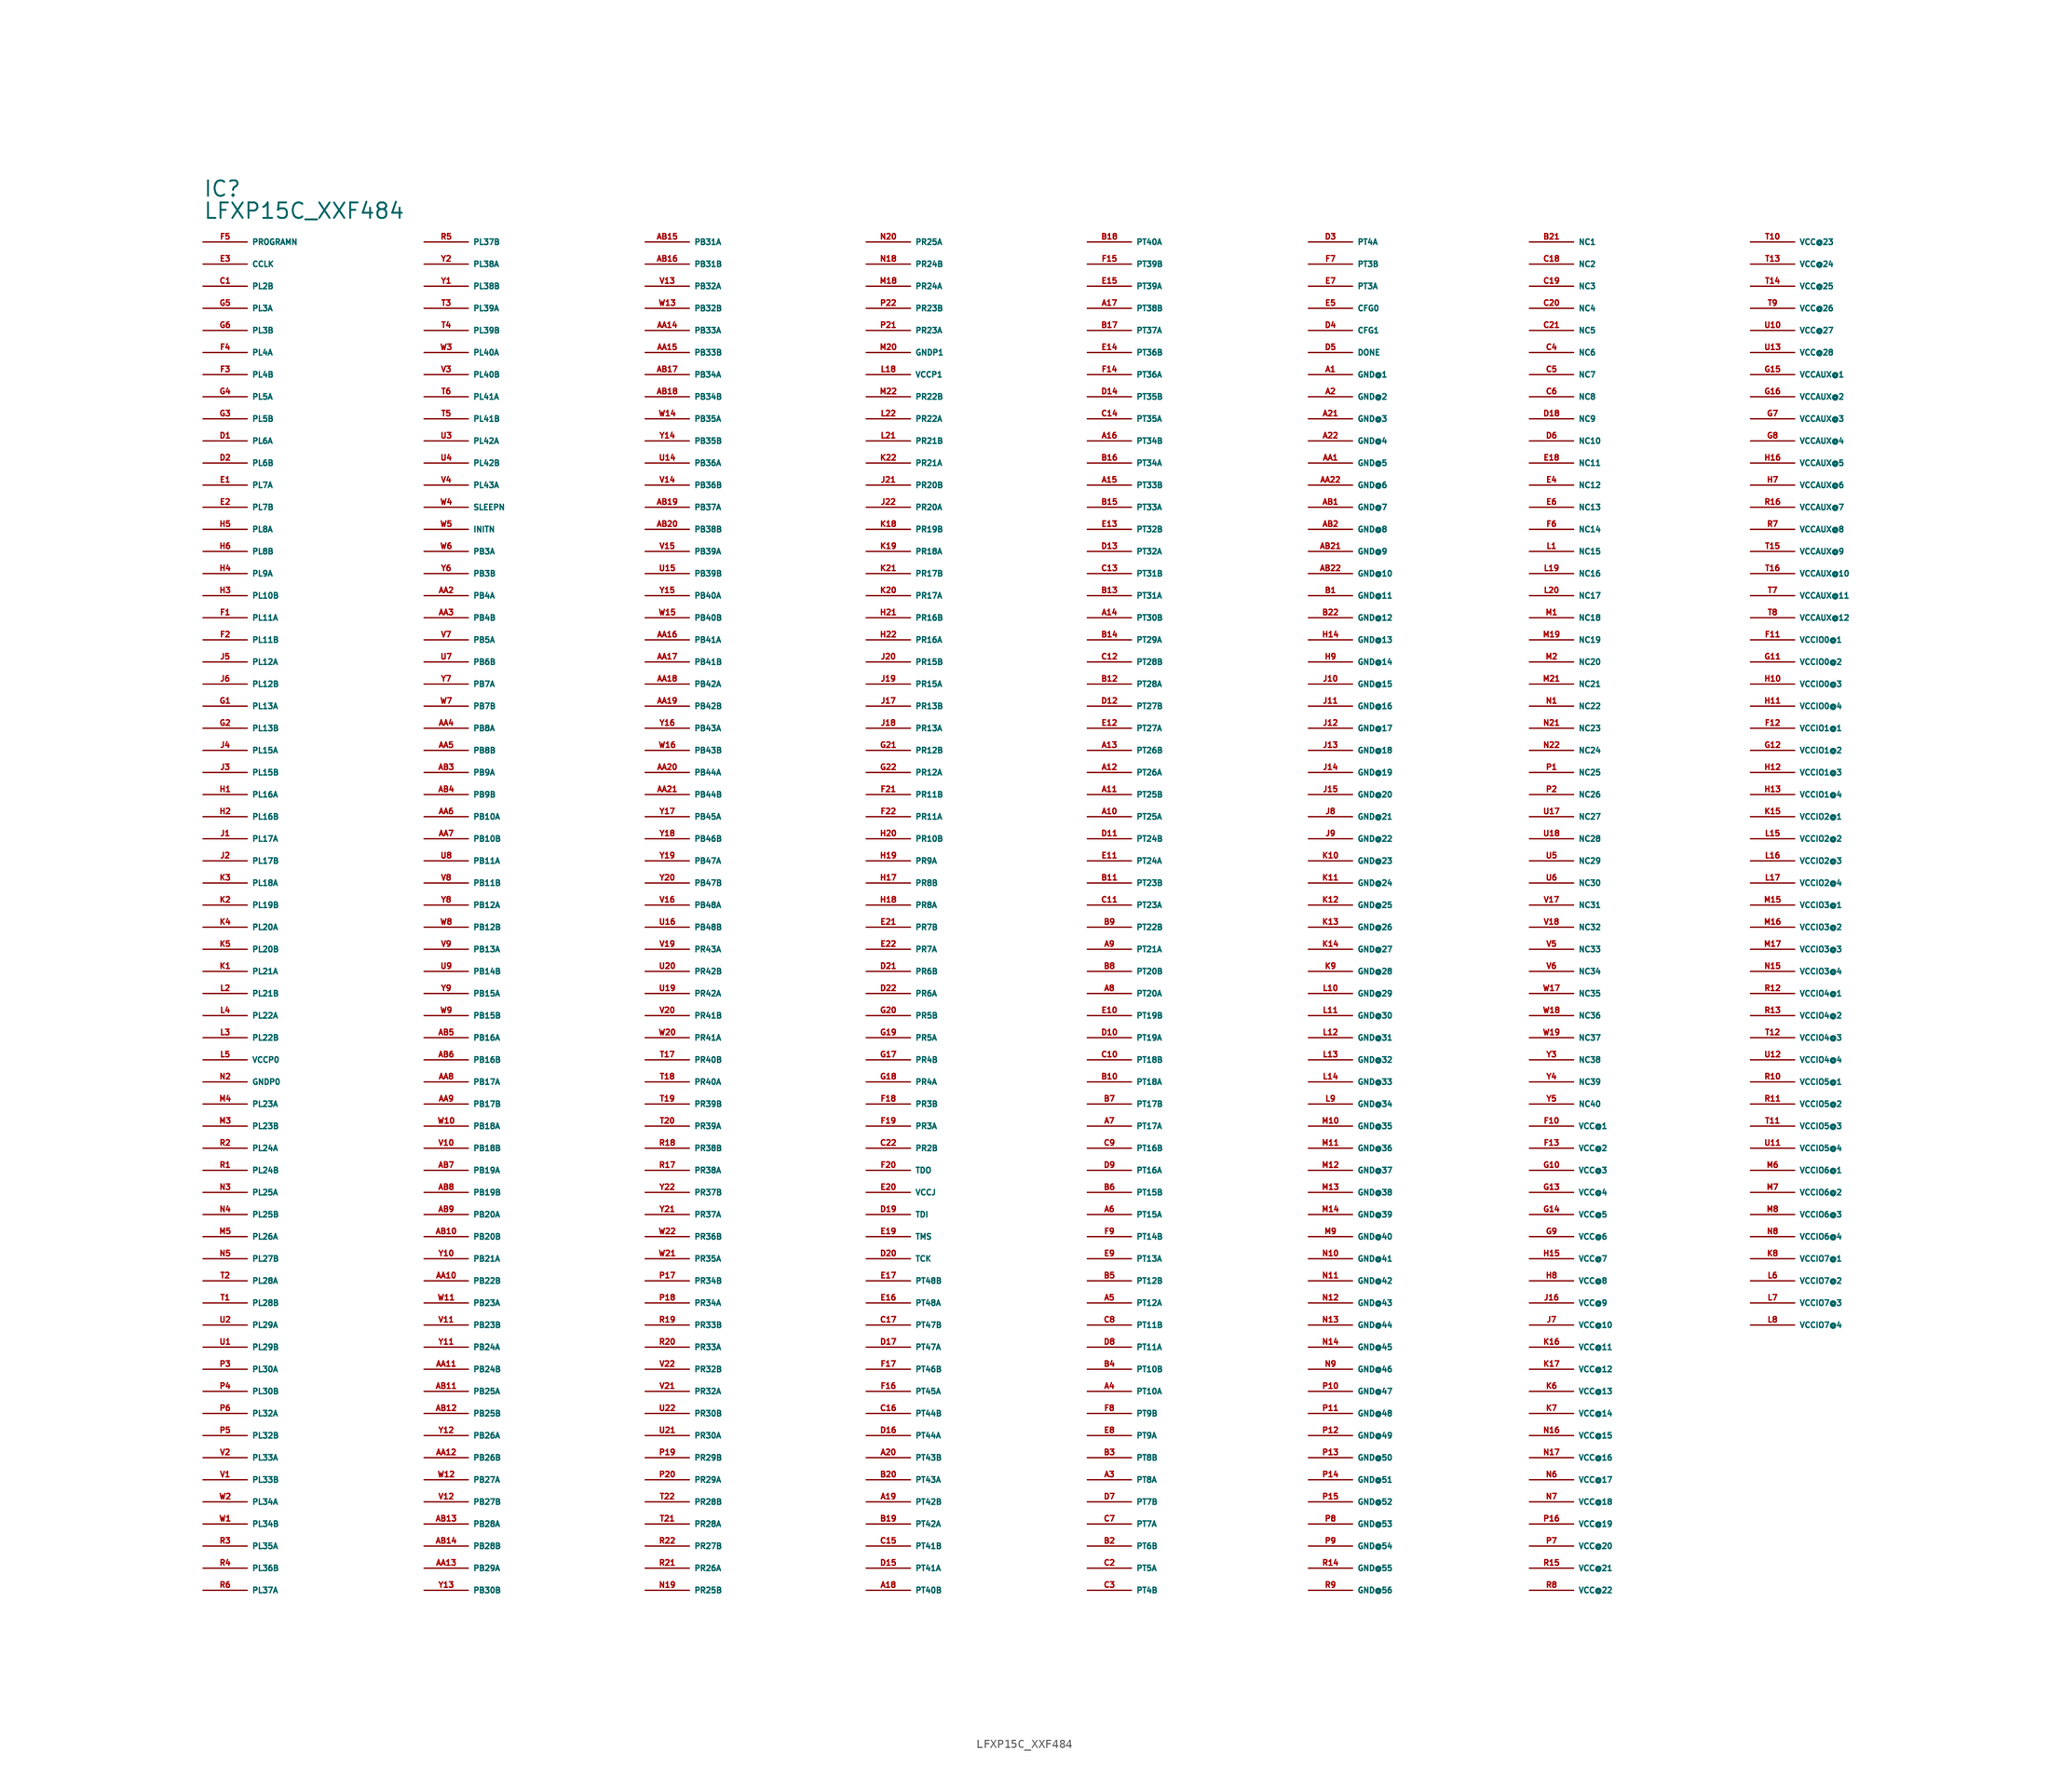
<source format=kicad_sym>
(kicad_symbol_lib
  (version 20220914)
  (generator Eagle2Kicad)
  (symbol "LFXP15C_XXF484"
    (property "Reference" "IC"
      (at -81.28 86.36 0)
      (effects (font (size 1.778 1.778) (thickness 0.22)) (justify left bottom)))
    (property "Value" "LFXP15C_XXF484"
      (at -81.28 83.82 0)
      (effects (font (size 1.778 1.778) (thickness 0.22)) (justify left bottom)))
    (pin input line
      (at -81.28 81.28 0)
      (length 5.08)
      (name "PROGRAMN" (effects (font (size 0.635 0.635) (thickness 0.08)) (justify left bottom)))
      (number "F5" (effects (font (size 0.635 0.635) (thickness 0.08)) (justify left bottom))))
    (pin bidirectional line
      (at -81.28 78.74 0)
      (length 5.08)
      (name "CCLK" (effects (font (size 0.635 0.635) (thickness 0.08)) (justify left bottom)))
      (number "E3" (effects (font (size 0.635 0.635) (thickness 0.08)) (justify left bottom))))
    (pin bidirectional line
      (at -81.28 76.2 0)
      (length 5.08)
      (name "PL2B" (effects (font (size 0.635 0.635) (thickness 0.08)) (justify left bottom)))
      (number "C1" (effects (font (size 0.635 0.635) (thickness 0.08)) (justify left bottom))))
    (pin bidirectional line
      (at -81.28 73.66 0)
      (length 5.08)
      (name "PL3A" (effects (font (size 0.635 0.635) (thickness 0.08)) (justify left bottom)))
      (number "G5" (effects (font (size 0.635 0.635) (thickness 0.08)) (justify left bottom))))
    (pin bidirectional line
      (at -81.28 71.12 0)
      (length 5.08)
      (name "PL3B" (effects (font (size 0.635 0.635) (thickness 0.08)) (justify left bottom)))
      (number "G6" (effects (font (size 0.635 0.635) (thickness 0.08)) (justify left bottom))))
    (pin bidirectional line
      (at -81.28 68.58 0)
      (length 5.08)
      (name "PL4A" (effects (font (size 0.635 0.635) (thickness 0.08)) (justify left bottom)))
      (number "F4" (effects (font (size 0.635 0.635) (thickness 0.08)) (justify left bottom))))
    (pin bidirectional line
      (at -81.28 66.04 0)
      (length 5.08)
      (name "PL4B" (effects (font (size 0.635 0.635) (thickness 0.08)) (justify left bottom)))
      (number "F3" (effects (font (size 0.635 0.635) (thickness 0.08)) (justify left bottom))))
    (pin bidirectional line
      (at -81.28 63.5 0)
      (length 5.08)
      (name "PL5A" (effects (font (size 0.635 0.635) (thickness 0.08)) (justify left bottom)))
      (number "G4" (effects (font (size 0.635 0.635) (thickness 0.08)) (justify left bottom))))
    (pin bidirectional line
      (at -81.28 60.96 0)
      (length 5.08)
      (name "PL5B" (effects (font (size 0.635 0.635) (thickness 0.08)) (justify left bottom)))
      (number "G3" (effects (font (size 0.635 0.635) (thickness 0.08)) (justify left bottom))))
    (pin bidirectional line
      (at -81.28 58.42 0)
      (length 5.08)
      (name "PL6A" (effects (font (size 0.635 0.635) (thickness 0.08)) (justify left bottom)))
      (number "D1" (effects (font (size 0.635 0.635) (thickness 0.08)) (justify left bottom))))
    (pin bidirectional line
      (at -81.28 55.88 0)
      (length 5.08)
      (name "PL6B" (effects (font (size 0.635 0.635) (thickness 0.08)) (justify left bottom)))
      (number "D2" (effects (font (size 0.635 0.635) (thickness 0.08)) (justify left bottom))))
    (pin bidirectional line
      (at -81.28 53.34 0)
      (length 5.08)
      (name "PL7A" (effects (font (size 0.635 0.635) (thickness 0.08)) (justify left bottom)))
      (number "E1" (effects (font (size 0.635 0.635) (thickness 0.08)) (justify left bottom))))
    (pin bidirectional line
      (at -81.28 50.8 0)
      (length 5.08)
      (name "PL7B" (effects (font (size 0.635 0.635) (thickness 0.08)) (justify left bottom)))
      (number "E2" (effects (font (size 0.635 0.635) (thickness 0.08)) (justify left bottom))))
    (pin bidirectional line
      (at -81.28 48.26 0)
      (length 5.08)
      (name "PL8A" (effects (font (size 0.635 0.635) (thickness 0.08)) (justify left bottom)))
      (number "H5" (effects (font (size 0.635 0.635) (thickness 0.08)) (justify left bottom))))
    (pin bidirectional line
      (at -81.28 45.72 0)
      (length 5.08)
      (name "PL8B" (effects (font (size 0.635 0.635) (thickness 0.08)) (justify left bottom)))
      (number "H6" (effects (font (size 0.635 0.635) (thickness 0.08)) (justify left bottom))))
    (pin bidirectional line
      (at -81.28 43.18 0)
      (length 5.08)
      (name "PL9A" (effects (font (size 0.635 0.635) (thickness 0.08)) (justify left bottom)))
      (number "H4" (effects (font (size 0.635 0.635) (thickness 0.08)) (justify left bottom))))
    (pin bidirectional line
      (at -81.28 40.64 0)
      (length 5.08)
      (name "PL10B" (effects (font (size 0.635 0.635) (thickness 0.08)) (justify left bottom)))
      (number "H3" (effects (font (size 0.635 0.635) (thickness 0.08)) (justify left bottom))))
    (pin bidirectional line
      (at -81.28 38.1 0)
      (length 5.08)
      (name "PL11A" (effects (font (size 0.635 0.635) (thickness 0.08)) (justify left bottom)))
      (number "F1" (effects (font (size 0.635 0.635) (thickness 0.08)) (justify left bottom))))
    (pin bidirectional line
      (at -81.28 35.56 0)
      (length 5.08)
      (name "PL11B" (effects (font (size 0.635 0.635) (thickness 0.08)) (justify left bottom)))
      (number "F2" (effects (font (size 0.635 0.635) (thickness 0.08)) (justify left bottom))))
    (pin bidirectional line
      (at -81.28 33.02 0)
      (length 5.08)
      (name "PL12A" (effects (font (size 0.635 0.635) (thickness 0.08)) (justify left bottom)))
      (number "J5" (effects (font (size 0.635 0.635) (thickness 0.08)) (justify left bottom))))
    (pin bidirectional line
      (at -81.28 30.48 0)
      (length 5.08)
      (name "PL12B" (effects (font (size 0.635 0.635) (thickness 0.08)) (justify left bottom)))
      (number "J6" (effects (font (size 0.635 0.635) (thickness 0.08)) (justify left bottom))))
    (pin bidirectional line
      (at -81.28 27.94 0)
      (length 5.08)
      (name "PL13A" (effects (font (size 0.635 0.635) (thickness 0.08)) (justify left bottom)))
      (number "G1" (effects (font (size 0.635 0.635) (thickness 0.08)) (justify left bottom))))
    (pin bidirectional line
      (at -81.28 25.4 0)
      (length 5.08)
      (name "PL13B" (effects (font (size 0.635 0.635) (thickness 0.08)) (justify left bottom)))
      (number "G2" (effects (font (size 0.635 0.635) (thickness 0.08)) (justify left bottom))))
    (pin bidirectional line
      (at -81.28 22.86 0)
      (length 5.08)
      (name "PL15A" (effects (font (size 0.635 0.635) (thickness 0.08)) (justify left bottom)))
      (number "J4" (effects (font (size 0.635 0.635) (thickness 0.08)) (justify left bottom))))
    (pin bidirectional line
      (at -81.28 20.32 0)
      (length 5.08)
      (name "PL15B" (effects (font (size 0.635 0.635) (thickness 0.08)) (justify left bottom)))
      (number "J3" (effects (font (size 0.635 0.635) (thickness 0.08)) (justify left bottom))))
    (pin bidirectional line
      (at -81.28 17.78 0)
      (length 5.08)
      (name "PL16A" (effects (font (size 0.635 0.635) (thickness 0.08)) (justify left bottom)))
      (number "H1" (effects (font (size 0.635 0.635) (thickness 0.08)) (justify left bottom))))
    (pin bidirectional line
      (at -81.28 15.24 0)
      (length 5.08)
      (name "PL16B" (effects (font (size 0.635 0.635) (thickness 0.08)) (justify left bottom)))
      (number "H2" (effects (font (size 0.635 0.635) (thickness 0.08)) (justify left bottom))))
    (pin bidirectional line
      (at -81.28 12.7 0)
      (length 5.08)
      (name "PL17A" (effects (font (size 0.635 0.635) (thickness 0.08)) (justify left bottom)))
      (number "J1" (effects (font (size 0.635 0.635) (thickness 0.08)) (justify left bottom))))
    (pin bidirectional line
      (at -81.28 10.16 0)
      (length 5.08)
      (name "PL17B" (effects (font (size 0.635 0.635) (thickness 0.08)) (justify left bottom)))
      (number "J2" (effects (font (size 0.635 0.635) (thickness 0.08)) (justify left bottom))))
    (pin bidirectional line
      (at -81.28 7.62 0)
      (length 5.08)
      (name "PL18A" (effects (font (size 0.635 0.635) (thickness 0.08)) (justify left bottom)))
      (number "K3" (effects (font (size 0.635 0.635) (thickness 0.08)) (justify left bottom))))
    (pin bidirectional line
      (at -81.28 5.08 0)
      (length 5.08)
      (name "PL19B" (effects (font (size 0.635 0.635) (thickness 0.08)) (justify left bottom)))
      (number "K2" (effects (font (size 0.635 0.635) (thickness 0.08)) (justify left bottom))))
    (pin bidirectional line
      (at -81.28 2.54 0)
      (length 5.08)
      (name "PL20A" (effects (font (size 0.635 0.635) (thickness 0.08)) (justify left bottom)))
      (number "K4" (effects (font (size 0.635 0.635) (thickness 0.08)) (justify left bottom))))
    (pin bidirectional line
      (at -81.28 0 0)
      (length 5.08)
      (name "PL20B" (effects (font (size 0.635 0.635) (thickness 0.08)) (justify left bottom)))
      (number "K5" (effects (font (size 0.635 0.635) (thickness 0.08)) (justify left bottom))))
    (pin bidirectional line
      (at -81.28 -2.54 0)
      (length 5.08)
      (name "PL21A" (effects (font (size 0.635 0.635) (thickness 0.08)) (justify left bottom)))
      (number "K1" (effects (font (size 0.635 0.635) (thickness 0.08)) (justify left bottom))))
    (pin bidirectional line
      (at -81.28 -5.08 0)
      (length 5.08)
      (name "PL21B" (effects (font (size 0.635 0.635) (thickness 0.08)) (justify left bottom)))
      (number "L2" (effects (font (size 0.635 0.635) (thickness 0.08)) (justify left bottom))))
    (pin bidirectional line
      (at -81.28 -7.62 0)
      (length 5.08)
      (name "PL22A" (effects (font (size 0.635 0.635) (thickness 0.08)) (justify left bottom)))
      (number "L4" (effects (font (size 0.635 0.635) (thickness 0.08)) (justify left bottom))))
    (pin bidirectional line
      (at -81.28 -10.16 0)
      (length 5.08)
      (name "PL22B" (effects (font (size 0.635 0.635) (thickness 0.08)) (justify left bottom)))
      (number "L3" (effects (font (size 0.635 0.635) (thickness 0.08)) (justify left bottom))))
    (pin unspecified line
      (at -81.28 -12.7 0)
      (length 5.08)
      (name "VCCP0" (effects (font (size 0.635 0.635) (thickness 0.08)) (justify left bottom)))
      (number "L5" (effects (font (size 0.635 0.635) (thickness 0.08)) (justify left bottom))))
    (pin unspecified line
      (at -81.28 -15.24 0)
      (length 5.08)
      (name "GNDP0" (effects (font (size 0.635 0.635) (thickness 0.08)) (justify left bottom)))
      (number "N2" (effects (font (size 0.635 0.635) (thickness 0.08)) (justify left bottom))))
    (pin bidirectional line
      (at -81.28 -17.78 0)
      (length 5.08)
      (name "PL23A" (effects (font (size 0.635 0.635) (thickness 0.08)) (justify left bottom)))
      (number "M4" (effects (font (size 0.635 0.635) (thickness 0.08)) (justify left bottom))))
    (pin bidirectional line
      (at -81.28 -20.32 0)
      (length 5.08)
      (name "PL23B" (effects (font (size 0.635 0.635) (thickness 0.08)) (justify left bottom)))
      (number "M3" (effects (font (size 0.635 0.635) (thickness 0.08)) (justify left bottom))))
    (pin bidirectional line
      (at -81.28 -22.86 0)
      (length 5.08)
      (name "PL24A" (effects (font (size 0.635 0.635) (thickness 0.08)) (justify left bottom)))
      (number "R2" (effects (font (size 0.635 0.635) (thickness 0.08)) (justify left bottom))))
    (pin bidirectional line
      (at -81.28 -25.4 0)
      (length 5.08)
      (name "PL24B" (effects (font (size 0.635 0.635) (thickness 0.08)) (justify left bottom)))
      (number "R1" (effects (font (size 0.635 0.635) (thickness 0.08)) (justify left bottom))))
    (pin bidirectional line
      (at -81.28 -27.94 0)
      (length 5.08)
      (name "PL25A" (effects (font (size 0.635 0.635) (thickness 0.08)) (justify left bottom)))
      (number "N3" (effects (font (size 0.635 0.635) (thickness 0.08)) (justify left bottom))))
    (pin bidirectional line
      (at -81.28 -30.48 0)
      (length 5.08)
      (name "PL25B" (effects (font (size 0.635 0.635) (thickness 0.08)) (justify left bottom)))
      (number "N4" (effects (font (size 0.635 0.635) (thickness 0.08)) (justify left bottom))))
    (pin bidirectional line
      (at -81.28 -33.02 0)
      (length 5.08)
      (name "PL26A" (effects (font (size 0.635 0.635) (thickness 0.08)) (justify left bottom)))
      (number "M5" (effects (font (size 0.635 0.635) (thickness 0.08)) (justify left bottom))))
    (pin bidirectional line
      (at -81.28 -35.56 0)
      (length 5.08)
      (name "PL27B" (effects (font (size 0.635 0.635) (thickness 0.08)) (justify left bottom)))
      (number "N5" (effects (font (size 0.635 0.635) (thickness 0.08)) (justify left bottom))))
    (pin bidirectional line
      (at -81.28 -38.1 0)
      (length 5.08)
      (name "PL28A" (effects (font (size 0.635 0.635) (thickness 0.08)) (justify left bottom)))
      (number "T2" (effects (font (size 0.635 0.635) (thickness 0.08)) (justify left bottom))))
    (pin bidirectional line
      (at -81.28 -40.64 0)
      (length 5.08)
      (name "PL28B" (effects (font (size 0.635 0.635) (thickness 0.08)) (justify left bottom)))
      (number "T1" (effects (font (size 0.635 0.635) (thickness 0.08)) (justify left bottom))))
    (pin bidirectional line
      (at -81.28 -43.18 0)
      (length 5.08)
      (name "PL29A" (effects (font (size 0.635 0.635) (thickness 0.08)) (justify left bottom)))
      (number "U2" (effects (font (size 0.635 0.635) (thickness 0.08)) (justify left bottom))))
    (pin bidirectional line
      (at -81.28 -45.72 0)
      (length 5.08)
      (name "PL29B" (effects (font (size 0.635 0.635) (thickness 0.08)) (justify left bottom)))
      (number "U1" (effects (font (size 0.635 0.635) (thickness 0.08)) (justify left bottom))))
    (pin bidirectional line
      (at -81.28 -48.26 0)
      (length 5.08)
      (name "PL30A" (effects (font (size 0.635 0.635) (thickness 0.08)) (justify left bottom)))
      (number "P3" (effects (font (size 0.635 0.635) (thickness 0.08)) (justify left bottom))))
    (pin bidirectional line
      (at -81.28 -50.8 0)
      (length 5.08)
      (name "PL30B" (effects (font (size 0.635 0.635) (thickness 0.08)) (justify left bottom)))
      (number "P4" (effects (font (size 0.635 0.635) (thickness 0.08)) (justify left bottom))))
    (pin bidirectional line
      (at -81.28 -53.34 0)
      (length 5.08)
      (name "PL32A" (effects (font (size 0.635 0.635) (thickness 0.08)) (justify left bottom)))
      (number "P6" (effects (font (size 0.635 0.635) (thickness 0.08)) (justify left bottom))))
    (pin bidirectional line
      (at -81.28 -55.88 0)
      (length 5.08)
      (name "PL32B" (effects (font (size 0.635 0.635) (thickness 0.08)) (justify left bottom)))
      (number "P5" (effects (font (size 0.635 0.635) (thickness 0.08)) (justify left bottom))))
    (pin bidirectional line
      (at -81.28 -58.42 0)
      (length 5.08)
      (name "PL33A" (effects (font (size 0.635 0.635) (thickness 0.08)) (justify left bottom)))
      (number "V2" (effects (font (size 0.635 0.635) (thickness 0.08)) (justify left bottom))))
    (pin bidirectional line
      (at -81.28 -60.96 0)
      (length 5.08)
      (name "PL33B" (effects (font (size 0.635 0.635) (thickness 0.08)) (justify left bottom)))
      (number "V1" (effects (font (size 0.635 0.635) (thickness 0.08)) (justify left bottom))))
    (pin bidirectional line
      (at -81.28 -63.5 0)
      (length 5.08)
      (name "PL34A" (effects (font (size 0.635 0.635) (thickness 0.08)) (justify left bottom)))
      (number "W2" (effects (font (size 0.635 0.635) (thickness 0.08)) (justify left bottom))))
    (pin bidirectional line
      (at -81.28 -66.04 0)
      (length 5.08)
      (name "PL34B" (effects (font (size 0.635 0.635) (thickness 0.08)) (justify left bottom)))
      (number "W1" (effects (font (size 0.635 0.635) (thickness 0.08)) (justify left bottom))))
    (pin bidirectional line
      (at -81.28 -68.58 0)
      (length 5.08)
      (name "PL35A" (effects (font (size 0.635 0.635) (thickness 0.08)) (justify left bottom)))
      (number "R3" (effects (font (size 0.635 0.635) (thickness 0.08)) (justify left bottom))))
    (pin bidirectional line
      (at -81.28 -71.12 0)
      (length 5.08)
      (name "PL36B" (effects (font (size 0.635 0.635) (thickness 0.08)) (justify left bottom)))
      (number "R4" (effects (font (size 0.635 0.635) (thickness 0.08)) (justify left bottom))))
    (pin bidirectional line
      (at -81.28 -73.66 0)
      (length 5.08)
      (name "PL37A" (effects (font (size 0.635 0.635) (thickness 0.08)) (justify left bottom)))
      (number "R6" (effects (font (size 0.635 0.635) (thickness 0.08)) (justify left bottom))))
    (pin bidirectional line
      (at -55.88 81.28 0)
      (length 5.08)
      (name "PL37B" (effects (font (size 0.635 0.635) (thickness 0.08)) (justify left bottom)))
      (number "R5" (effects (font (size 0.635 0.635) (thickness 0.08)) (justify left bottom))))
    (pin bidirectional line
      (at -55.88 78.74 0)
      (length 5.08)
      (name "PL38A" (effects (font (size 0.635 0.635) (thickness 0.08)) (justify left bottom)))
      (number "Y2" (effects (font (size 0.635 0.635) (thickness 0.08)) (justify left bottom))))
    (pin bidirectional line
      (at -55.88 76.2 0)
      (length 5.08)
      (name "PL38B" (effects (font (size 0.635 0.635) (thickness 0.08)) (justify left bottom)))
      (number "Y1" (effects (font (size 0.635 0.635) (thickness 0.08)) (justify left bottom))))
    (pin bidirectional line
      (at -55.88 73.66 0)
      (length 5.08)
      (name "PL39A" (effects (font (size 0.635 0.635) (thickness 0.08)) (justify left bottom)))
      (number "T3" (effects (font (size 0.635 0.635) (thickness 0.08)) (justify left bottom))))
    (pin bidirectional line
      (at -55.88 71.12 0)
      (length 5.08)
      (name "PL39B" (effects (font (size 0.635 0.635) (thickness 0.08)) (justify left bottom)))
      (number "T4" (effects (font (size 0.635 0.635) (thickness 0.08)) (justify left bottom))))
    (pin bidirectional line
      (at -55.88 68.58 0)
      (length 5.08)
      (name "PL40A" (effects (font (size 0.635 0.635) (thickness 0.08)) (justify left bottom)))
      (number "W3" (effects (font (size 0.635 0.635) (thickness 0.08)) (justify left bottom))))
    (pin bidirectional line
      (at -55.88 66.04 0)
      (length 5.08)
      (name "PL40B" (effects (font (size 0.635 0.635) (thickness 0.08)) (justify left bottom)))
      (number "V3" (effects (font (size 0.635 0.635) (thickness 0.08)) (justify left bottom))))
    (pin bidirectional line
      (at -55.88 63.5 0)
      (length 5.08)
      (name "PL41A" (effects (font (size 0.635 0.635) (thickness 0.08)) (justify left bottom)))
      (number "T6" (effects (font (size 0.635 0.635) (thickness 0.08)) (justify left bottom))))
    (pin bidirectional line
      (at -55.88 60.96 0)
      (length 5.08)
      (name "PL41B" (effects (font (size 0.635 0.635) (thickness 0.08)) (justify left bottom)))
      (number "T5" (effects (font (size 0.635 0.635) (thickness 0.08)) (justify left bottom))))
    (pin bidirectional line
      (at -55.88 58.42 0)
      (length 5.08)
      (name "PL42A" (effects (font (size 0.635 0.635) (thickness 0.08)) (justify left bottom)))
      (number "U3" (effects (font (size 0.635 0.635) (thickness 0.08)) (justify left bottom))))
    (pin bidirectional line
      (at -55.88 55.88 0)
      (length 5.08)
      (name "PL42B" (effects (font (size 0.635 0.635) (thickness 0.08)) (justify left bottom)))
      (number "U4" (effects (font (size 0.635 0.635) (thickness 0.08)) (justify left bottom))))
    (pin bidirectional line
      (at -55.88 53.34 0)
      (length 5.08)
      (name "PL43A" (effects (font (size 0.635 0.635) (thickness 0.08)) (justify left bottom)))
      (number "V4" (effects (font (size 0.635 0.635) (thickness 0.08)) (justify left bottom))))
    (pin input line
      (at -55.88 50.8 0)
      (length 5.08)
      (name "SLEEPN" (effects (font (size 0.635 0.635) (thickness 0.08)) (justify left bottom)))
      (number "W4" (effects (font (size 0.635 0.635) (thickness 0.08)) (justify left bottom))))
    (pin bidirectional line
      (at -55.88 48.26 0)
      (length 5.08)
      (name "INITN" (effects (font (size 0.635 0.635) (thickness 0.08)) (justify left bottom)))
      (number "W5" (effects (font (size 0.635 0.635) (thickness 0.08)) (justify left bottom))))
    (pin bidirectional line
      (at -55.88 45.72 0)
      (length 5.08)
      (name "PB3A" (effects (font (size 0.635 0.635) (thickness 0.08)) (justify left bottom)))
      (number "W6" (effects (font (size 0.635 0.635) (thickness 0.08)) (justify left bottom))))
    (pin bidirectional line
      (at -55.88 43.18 0)
      (length 5.08)
      (name "PB3B" (effects (font (size 0.635 0.635) (thickness 0.08)) (justify left bottom)))
      (number "Y6" (effects (font (size 0.635 0.635) (thickness 0.08)) (justify left bottom))))
    (pin bidirectional line
      (at -55.88 40.64 0)
      (length 5.08)
      (name "PB4A" (effects (font (size 0.635 0.635) (thickness 0.08)) (justify left bottom)))
      (number "AA2" (effects (font (size 0.635 0.635) (thickness 0.08)) (justify left bottom))))
    (pin bidirectional line
      (at -55.88 38.1 0)
      (length 5.08)
      (name "PB4B" (effects (font (size 0.635 0.635) (thickness 0.08)) (justify left bottom)))
      (number "AA3" (effects (font (size 0.635 0.635) (thickness 0.08)) (justify left bottom))))
    (pin bidirectional line
      (at -55.88 35.56 0)
      (length 5.08)
      (name "PB5A" (effects (font (size 0.635 0.635) (thickness 0.08)) (justify left bottom)))
      (number "V7" (effects (font (size 0.635 0.635) (thickness 0.08)) (justify left bottom))))
    (pin bidirectional line
      (at -55.88 33.02 0)
      (length 5.08)
      (name "PB6B" (effects (font (size 0.635 0.635) (thickness 0.08)) (justify left bottom)))
      (number "U7" (effects (font (size 0.635 0.635) (thickness 0.08)) (justify left bottom))))
    (pin bidirectional line
      (at -55.88 30.48 0)
      (length 5.08)
      (name "PB7A" (effects (font (size 0.635 0.635) (thickness 0.08)) (justify left bottom)))
      (number "Y7" (effects (font (size 0.635 0.635) (thickness 0.08)) (justify left bottom))))
    (pin bidirectional line
      (at -55.88 27.94 0)
      (length 5.08)
      (name "PB7B" (effects (font (size 0.635 0.635) (thickness 0.08)) (justify left bottom)))
      (number "W7" (effects (font (size 0.635 0.635) (thickness 0.08)) (justify left bottom))))
    (pin bidirectional line
      (at -55.88 25.4 0)
      (length 5.08)
      (name "PB8A" (effects (font (size 0.635 0.635) (thickness 0.08)) (justify left bottom)))
      (number "AA4" (effects (font (size 0.635 0.635) (thickness 0.08)) (justify left bottom))))
    (pin bidirectional line
      (at -55.88 22.86 0)
      (length 5.08)
      (name "PB8B" (effects (font (size 0.635 0.635) (thickness 0.08)) (justify left bottom)))
      (number "AA5" (effects (font (size 0.635 0.635) (thickness 0.08)) (justify left bottom))))
    (pin bidirectional line
      (at -55.88 20.32 0)
      (length 5.08)
      (name "PB9A" (effects (font (size 0.635 0.635) (thickness 0.08)) (justify left bottom)))
      (number "AB3" (effects (font (size 0.635 0.635) (thickness 0.08)) (justify left bottom))))
    (pin bidirectional line
      (at -55.88 17.78 0)
      (length 5.08)
      (name "PB9B" (effects (font (size 0.635 0.635) (thickness 0.08)) (justify left bottom)))
      (number "AB4" (effects (font (size 0.635 0.635) (thickness 0.08)) (justify left bottom))))
    (pin bidirectional line
      (at -55.88 15.24 0)
      (length 5.08)
      (name "PB10A" (effects (font (size 0.635 0.635) (thickness 0.08)) (justify left bottom)))
      (number "AA6" (effects (font (size 0.635 0.635) (thickness 0.08)) (justify left bottom))))
    (pin bidirectional line
      (at -55.88 12.7 0)
      (length 5.08)
      (name "PB10B" (effects (font (size 0.635 0.635) (thickness 0.08)) (justify left bottom)))
      (number "AA7" (effects (font (size 0.635 0.635) (thickness 0.08)) (justify left bottom))))
    (pin bidirectional line
      (at -55.88 10.16 0)
      (length 5.08)
      (name "PB11A" (effects (font (size 0.635 0.635) (thickness 0.08)) (justify left bottom)))
      (number "U8" (effects (font (size 0.635 0.635) (thickness 0.08)) (justify left bottom))))
    (pin bidirectional line
      (at -55.88 7.62 0)
      (length 5.08)
      (name "PB11B" (effects (font (size 0.635 0.635) (thickness 0.08)) (justify left bottom)))
      (number "V8" (effects (font (size 0.635 0.635) (thickness 0.08)) (justify left bottom))))
    (pin bidirectional line
      (at -55.88 5.08 0)
      (length 5.08)
      (name "PB12A" (effects (font (size 0.635 0.635) (thickness 0.08)) (justify left bottom)))
      (number "Y8" (effects (font (size 0.635 0.635) (thickness 0.08)) (justify left bottom))))
    (pin bidirectional line
      (at -55.88 2.54 0)
      (length 5.08)
      (name "PB12B" (effects (font (size 0.635 0.635) (thickness 0.08)) (justify left bottom)))
      (number "W8" (effects (font (size 0.635 0.635) (thickness 0.08)) (justify left bottom))))
    (pin bidirectional line
      (at -55.88 0 0)
      (length 5.08)
      (name "PB13A" (effects (font (size 0.635 0.635) (thickness 0.08)) (justify left bottom)))
      (number "V9" (effects (font (size 0.635 0.635) (thickness 0.08)) (justify left bottom))))
    (pin bidirectional line
      (at -55.88 -2.54 0)
      (length 5.08)
      (name "PB14B" (effects (font (size 0.635 0.635) (thickness 0.08)) (justify left bottom)))
      (number "U9" (effects (font (size 0.635 0.635) (thickness 0.08)) (justify left bottom))))
    (pin bidirectional line
      (at -55.88 -5.08 0)
      (length 5.08)
      (name "PB15A" (effects (font (size 0.635 0.635) (thickness 0.08)) (justify left bottom)))
      (number "Y9" (effects (font (size 0.635 0.635) (thickness 0.08)) (justify left bottom))))
    (pin bidirectional line
      (at -55.88 -7.62 0)
      (length 5.08)
      (name "PB15B" (effects (font (size 0.635 0.635) (thickness 0.08)) (justify left bottom)))
      (number "W9" (effects (font (size 0.635 0.635) (thickness 0.08)) (justify left bottom))))
    (pin bidirectional line
      (at -55.88 -10.16 0)
      (length 5.08)
      (name "PB16A" (effects (font (size 0.635 0.635) (thickness 0.08)) (justify left bottom)))
      (number "AB5" (effects (font (size 0.635 0.635) (thickness 0.08)) (justify left bottom))))
    (pin bidirectional line
      (at -55.88 -12.7 0)
      (length 5.08)
      (name "PB16B" (effects (font (size 0.635 0.635) (thickness 0.08)) (justify left bottom)))
      (number "AB6" (effects (font (size 0.635 0.635) (thickness 0.08)) (justify left bottom))))
    (pin bidirectional line
      (at -55.88 -15.24 0)
      (length 5.08)
      (name "PB17A" (effects (font (size 0.635 0.635) (thickness 0.08)) (justify left bottom)))
      (number "AA8" (effects (font (size 0.635 0.635) (thickness 0.08)) (justify left bottom))))
    (pin bidirectional line
      (at -55.88 -17.78 0)
      (length 5.08)
      (name "PB17B" (effects (font (size 0.635 0.635) (thickness 0.08)) (justify left bottom)))
      (number "AA9" (effects (font (size 0.635 0.635) (thickness 0.08)) (justify left bottom))))
    (pin bidirectional line
      (at -55.88 -20.32 0)
      (length 5.08)
      (name "PB18A" (effects (font (size 0.635 0.635) (thickness 0.08)) (justify left bottom)))
      (number "W10" (effects (font (size 0.635 0.635) (thickness 0.08)) (justify left bottom))))
    (pin bidirectional line
      (at -55.88 -22.86 0)
      (length 5.08)
      (name "PB18B" (effects (font (size 0.635 0.635) (thickness 0.08)) (justify left bottom)))
      (number "V10" (effects (font (size 0.635 0.635) (thickness 0.08)) (justify left bottom))))
    (pin bidirectional line
      (at -55.88 -25.4 0)
      (length 5.08)
      (name "PB19A" (effects (font (size 0.635 0.635) (thickness 0.08)) (justify left bottom)))
      (number "AB7" (effects (font (size 0.635 0.635) (thickness 0.08)) (justify left bottom))))
    (pin bidirectional line
      (at -55.88 -27.94 0)
      (length 5.08)
      (name "PB19B" (effects (font (size 0.635 0.635) (thickness 0.08)) (justify left bottom)))
      (number "AB8" (effects (font (size 0.635 0.635) (thickness 0.08)) (justify left bottom))))
    (pin bidirectional line
      (at -55.88 -30.48 0)
      (length 5.08)
      (name "PB20A" (effects (font (size 0.635 0.635) (thickness 0.08)) (justify left bottom)))
      (number "AB9" (effects (font (size 0.635 0.635) (thickness 0.08)) (justify left bottom))))
    (pin bidirectional line
      (at -55.88 -33.02 0)
      (length 5.08)
      (name "PB20B" (effects (font (size 0.635 0.635) (thickness 0.08)) (justify left bottom)))
      (number "AB10" (effects (font (size 0.635 0.635) (thickness 0.08)) (justify left bottom))))
    (pin bidirectional line
      (at -55.88 -35.56 0)
      (length 5.08)
      (name "PB21A" (effects (font (size 0.635 0.635) (thickness 0.08)) (justify left bottom)))
      (number "Y10" (effects (font (size 0.635 0.635) (thickness 0.08)) (justify left bottom))))
    (pin bidirectional line
      (at -55.88 -38.1 0)
      (length 5.08)
      (name "PB22B" (effects (font (size 0.635 0.635) (thickness 0.08)) (justify left bottom)))
      (number "AA10" (effects (font (size 0.635 0.635) (thickness 0.08)) (justify left bottom))))
    (pin bidirectional line
      (at -55.88 -40.64 0)
      (length 5.08)
      (name "PB23A" (effects (font (size 0.635 0.635) (thickness 0.08)) (justify left bottom)))
      (number "W11" (effects (font (size 0.635 0.635) (thickness 0.08)) (justify left bottom))))
    (pin bidirectional line
      (at -55.88 -43.18 0)
      (length 5.08)
      (name "PB23B" (effects (font (size 0.635 0.635) (thickness 0.08)) (justify left bottom)))
      (number "V11" (effects (font (size 0.635 0.635) (thickness 0.08)) (justify left bottom))))
    (pin bidirectional line
      (at -55.88 -45.72 0)
      (length 5.08)
      (name "PB24A" (effects (font (size 0.635 0.635) (thickness 0.08)) (justify left bottom)))
      (number "Y11" (effects (font (size 0.635 0.635) (thickness 0.08)) (justify left bottom))))
    (pin bidirectional line
      (at -55.88 -48.26 0)
      (length 5.08)
      (name "PB24B" (effects (font (size 0.635 0.635) (thickness 0.08)) (justify left bottom)))
      (number "AA11" (effects (font (size 0.635 0.635) (thickness 0.08)) (justify left bottom))))
    (pin bidirectional line
      (at -55.88 -50.8 0)
      (length 5.08)
      (name "PB25A" (effects (font (size 0.635 0.635) (thickness 0.08)) (justify left bottom)))
      (number "AB11" (effects (font (size 0.635 0.635) (thickness 0.08)) (justify left bottom))))
    (pin bidirectional line
      (at -55.88 -53.34 0)
      (length 5.08)
      (name "PB25B" (effects (font (size 0.635 0.635) (thickness 0.08)) (justify left bottom)))
      (number "AB12" (effects (font (size 0.635 0.635) (thickness 0.08)) (justify left bottom))))
    (pin bidirectional line
      (at -55.88 -55.88 0)
      (length 5.08)
      (name "PB26A" (effects (font (size 0.635 0.635) (thickness 0.08)) (justify left bottom)))
      (number "Y12" (effects (font (size 0.635 0.635) (thickness 0.08)) (justify left bottom))))
    (pin bidirectional line
      (at -55.88 -58.42 0)
      (length 5.08)
      (name "PB26B" (effects (font (size 0.635 0.635) (thickness 0.08)) (justify left bottom)))
      (number "AA12" (effects (font (size 0.635 0.635) (thickness 0.08)) (justify left bottom))))
    (pin bidirectional line
      (at -55.88 -60.96 0)
      (length 5.08)
      (name "PB27A" (effects (font (size 0.635 0.635) (thickness 0.08)) (justify left bottom)))
      (number "W12" (effects (font (size 0.635 0.635) (thickness 0.08)) (justify left bottom))))
    (pin bidirectional line
      (at -55.88 -63.5 0)
      (length 5.08)
      (name "PB27B" (effects (font (size 0.635 0.635) (thickness 0.08)) (justify left bottom)))
      (number "V12" (effects (font (size 0.635 0.635) (thickness 0.08)) (justify left bottom))))
    (pin bidirectional line
      (at -55.88 -66.04 0)
      (length 5.08)
      (name "PB28A" (effects (font (size 0.635 0.635) (thickness 0.08)) (justify left bottom)))
      (number "AB13" (effects (font (size 0.635 0.635) (thickness 0.08)) (justify left bottom))))
    (pin bidirectional line
      (at -55.88 -68.58 0)
      (length 5.08)
      (name "PB28B" (effects (font (size 0.635 0.635) (thickness 0.08)) (justify left bottom)))
      (number "AB14" (effects (font (size 0.635 0.635) (thickness 0.08)) (justify left bottom))))
    (pin bidirectional line
      (at -55.88 -71.12 0)
      (length 5.08)
      (name "PB29A" (effects (font (size 0.635 0.635) (thickness 0.08)) (justify left bottom)))
      (number "AA13" (effects (font (size 0.635 0.635) (thickness 0.08)) (justify left bottom))))
    (pin bidirectional line
      (at -55.88 -73.66 0)
      (length 5.08)
      (name "PB30B" (effects (font (size 0.635 0.635) (thickness 0.08)) (justify left bottom)))
      (number "Y13" (effects (font (size 0.635 0.635) (thickness 0.08)) (justify left bottom))))
    (pin bidirectional line
      (at -30.48 81.28 0)
      (length 5.08)
      (name "PB31A" (effects (font (size 0.635 0.635) (thickness 0.08)) (justify left bottom)))
      (number "AB15" (effects (font (size 0.635 0.635) (thickness 0.08)) (justify left bottom))))
    (pin bidirectional line
      (at -30.48 78.74 0)
      (length 5.08)
      (name "PB31B" (effects (font (size 0.635 0.635) (thickness 0.08)) (justify left bottom)))
      (number "AB16" (effects (font (size 0.635 0.635) (thickness 0.08)) (justify left bottom))))
    (pin bidirectional line
      (at -30.48 76.2 0)
      (length 5.08)
      (name "PB32A" (effects (font (size 0.635 0.635) (thickness 0.08)) (justify left bottom)))
      (number "V13" (effects (font (size 0.635 0.635) (thickness 0.08)) (justify left bottom))))
    (pin bidirectional line
      (at -30.48 73.66 0)
      (length 5.08)
      (name "PB32B" (effects (font (size 0.635 0.635) (thickness 0.08)) (justify left bottom)))
      (number "W13" (effects (font (size 0.635 0.635) (thickness 0.08)) (justify left bottom))))
    (pin bidirectional line
      (at -30.48 71.12 0)
      (length 5.08)
      (name "PB33A" (effects (font (size 0.635 0.635) (thickness 0.08)) (justify left bottom)))
      (number "AA14" (effects (font (size 0.635 0.635) (thickness 0.08)) (justify left bottom))))
    (pin bidirectional line
      (at -30.48 68.58 0)
      (length 5.08)
      (name "PB33B" (effects (font (size 0.635 0.635) (thickness 0.08)) (justify left bottom)))
      (number "AA15" (effects (font (size 0.635 0.635) (thickness 0.08)) (justify left bottom))))
    (pin bidirectional line
      (at -30.48 66.04 0)
      (length 5.08)
      (name "PB34A" (effects (font (size 0.635 0.635) (thickness 0.08)) (justify left bottom)))
      (number "AB17" (effects (font (size 0.635 0.635) (thickness 0.08)) (justify left bottom))))
    (pin bidirectional line
      (at -30.48 63.5 0)
      (length 5.08)
      (name "PB34B" (effects (font (size 0.635 0.635) (thickness 0.08)) (justify left bottom)))
      (number "AB18" (effects (font (size 0.635 0.635) (thickness 0.08)) (justify left bottom))))
    (pin bidirectional line
      (at -30.48 60.96 0)
      (length 5.08)
      (name "PB35A" (effects (font (size 0.635 0.635) (thickness 0.08)) (justify left bottom)))
      (number "W14" (effects (font (size 0.635 0.635) (thickness 0.08)) (justify left bottom))))
    (pin bidirectional line
      (at -30.48 58.42 0)
      (length 5.08)
      (name "PB35B" (effects (font (size 0.635 0.635) (thickness 0.08)) (justify left bottom)))
      (number "Y14" (effects (font (size 0.635 0.635) (thickness 0.08)) (justify left bottom))))
    (pin bidirectional line
      (at -30.48 55.88 0)
      (length 5.08)
      (name "PB36A" (effects (font (size 0.635 0.635) (thickness 0.08)) (justify left bottom)))
      (number "U14" (effects (font (size 0.635 0.635) (thickness 0.08)) (justify left bottom))))
    (pin bidirectional line
      (at -30.48 53.34 0)
      (length 5.08)
      (name "PB36B" (effects (font (size 0.635 0.635) (thickness 0.08)) (justify left bottom)))
      (number "V14" (effects (font (size 0.635 0.635) (thickness 0.08)) (justify left bottom))))
    (pin bidirectional line
      (at -30.48 50.8 0)
      (length 5.08)
      (name "PB37A" (effects (font (size 0.635 0.635) (thickness 0.08)) (justify left bottom)))
      (number "AB19" (effects (font (size 0.635 0.635) (thickness 0.08)) (justify left bottom))))
    (pin bidirectional line
      (at -30.48 48.26 0)
      (length 5.08)
      (name "PB38B" (effects (font (size 0.635 0.635) (thickness 0.08)) (justify left bottom)))
      (number "AB20" (effects (font (size 0.635 0.635) (thickness 0.08)) (justify left bottom))))
    (pin bidirectional line
      (at -30.48 45.72 0)
      (length 5.08)
      (name "PB39A" (effects (font (size 0.635 0.635) (thickness 0.08)) (justify left bottom)))
      (number "V15" (effects (font (size 0.635 0.635) (thickness 0.08)) (justify left bottom))))
    (pin bidirectional line
      (at -30.48 43.18 0)
      (length 5.08)
      (name "PB39B" (effects (font (size 0.635 0.635) (thickness 0.08)) (justify left bottom)))
      (number "U15" (effects (font (size 0.635 0.635) (thickness 0.08)) (justify left bottom))))
    (pin bidirectional line
      (at -30.48 40.64 0)
      (length 5.08)
      (name "PB40A" (effects (font (size 0.635 0.635) (thickness 0.08)) (justify left bottom)))
      (number "Y15" (effects (font (size 0.635 0.635) (thickness 0.08)) (justify left bottom))))
    (pin bidirectional line
      (at -30.48 38.1 0)
      (length 5.08)
      (name "PB40B" (effects (font (size 0.635 0.635) (thickness 0.08)) (justify left bottom)))
      (number "W15" (effects (font (size 0.635 0.635) (thickness 0.08)) (justify left bottom))))
    (pin bidirectional line
      (at -30.48 35.56 0)
      (length 5.08)
      (name "PB41A" (effects (font (size 0.635 0.635) (thickness 0.08)) (justify left bottom)))
      (number "AA16" (effects (font (size 0.635 0.635) (thickness 0.08)) (justify left bottom))))
    (pin bidirectional line
      (at -30.48 33.02 0)
      (length 5.08)
      (name "PB41B" (effects (font (size 0.635 0.635) (thickness 0.08)) (justify left bottom)))
      (number "AA17" (effects (font (size 0.635 0.635) (thickness 0.08)) (justify left bottom))))
    (pin bidirectional line
      (at -30.48 30.48 0)
      (length 5.08)
      (name "PB42A" (effects (font (size 0.635 0.635) (thickness 0.08)) (justify left bottom)))
      (number "AA18" (effects (font (size 0.635 0.635) (thickness 0.08)) (justify left bottom))))
    (pin bidirectional line
      (at -30.48 27.94 0)
      (length 5.08)
      (name "PB42B" (effects (font (size 0.635 0.635) (thickness 0.08)) (justify left bottom)))
      (number "AA19" (effects (font (size 0.635 0.635) (thickness 0.08)) (justify left bottom))))
    (pin bidirectional line
      (at -30.48 25.4 0)
      (length 5.08)
      (name "PB43A" (effects (font (size 0.635 0.635) (thickness 0.08)) (justify left bottom)))
      (number "Y16" (effects (font (size 0.635 0.635) (thickness 0.08)) (justify left bottom))))
    (pin bidirectional line
      (at -30.48 22.86 0)
      (length 5.08)
      (name "PB43B" (effects (font (size 0.635 0.635) (thickness 0.08)) (justify left bottom)))
      (number "W16" (effects (font (size 0.635 0.635) (thickness 0.08)) (justify left bottom))))
    (pin bidirectional line
      (at -30.48 20.32 0)
      (length 5.08)
      (name "PB44A" (effects (font (size 0.635 0.635) (thickness 0.08)) (justify left bottom)))
      (number "AA20" (effects (font (size 0.635 0.635) (thickness 0.08)) (justify left bottom))))
    (pin bidirectional line
      (at -30.48 17.78 0)
      (length 5.08)
      (name "PB44B" (effects (font (size 0.635 0.635) (thickness 0.08)) (justify left bottom)))
      (number "AA21" (effects (font (size 0.635 0.635) (thickness 0.08)) (justify left bottom))))
    (pin bidirectional line
      (at -30.48 15.24 0)
      (length 5.08)
      (name "PB45A" (effects (font (size 0.635 0.635) (thickness 0.08)) (justify left bottom)))
      (number "Y17" (effects (font (size 0.635 0.635) (thickness 0.08)) (justify left bottom))))
    (pin bidirectional line
      (at -30.48 12.7 0)
      (length 5.08)
      (name "PB46B" (effects (font (size 0.635 0.635) (thickness 0.08)) (justify left bottom)))
      (number "Y18" (effects (font (size 0.635 0.635) (thickness 0.08)) (justify left bottom))))
    (pin bidirectional line
      (at -30.48 10.16 0)
      (length 5.08)
      (name "PB47A" (effects (font (size 0.635 0.635) (thickness 0.08)) (justify left bottom)))
      (number "Y19" (effects (font (size 0.635 0.635) (thickness 0.08)) (justify left bottom))))
    (pin bidirectional line
      (at -30.48 7.62 0)
      (length 5.08)
      (name "PB47B" (effects (font (size 0.635 0.635) (thickness 0.08)) (justify left bottom)))
      (number "Y20" (effects (font (size 0.635 0.635) (thickness 0.08)) (justify left bottom))))
    (pin bidirectional line
      (at -30.48 5.08 0)
      (length 5.08)
      (name "PB48A" (effects (font (size 0.635 0.635) (thickness 0.08)) (justify left bottom)))
      (number "V16" (effects (font (size 0.635 0.635) (thickness 0.08)) (justify left bottom))))
    (pin bidirectional line
      (at -30.48 2.54 0)
      (length 5.08)
      (name "PB48B" (effects (font (size 0.635 0.635) (thickness 0.08)) (justify left bottom)))
      (number "U16" (effects (font (size 0.635 0.635) (thickness 0.08)) (justify left bottom))))
    (pin bidirectional line
      (at -30.48 0 0)
      (length 5.08)
      (name "PR43A" (effects (font (size 0.635 0.635) (thickness 0.08)) (justify left bottom)))
      (number "V19" (effects (font (size 0.635 0.635) (thickness 0.08)) (justify left bottom))))
    (pin bidirectional line
      (at -30.48 -2.54 0)
      (length 5.08)
      (name "PR42B" (effects (font (size 0.635 0.635) (thickness 0.08)) (justify left bottom)))
      (number "U20" (effects (font (size 0.635 0.635) (thickness 0.08)) (justify left bottom))))
    (pin bidirectional line
      (at -30.48 -5.08 0)
      (length 5.08)
      (name "PR42A" (effects (font (size 0.635 0.635) (thickness 0.08)) (justify left bottom)))
      (number "U19" (effects (font (size 0.635 0.635) (thickness 0.08)) (justify left bottom))))
    (pin bidirectional line
      (at -30.48 -7.62 0)
      (length 5.08)
      (name "PR41B" (effects (font (size 0.635 0.635) (thickness 0.08)) (justify left bottom)))
      (number "V20" (effects (font (size 0.635 0.635) (thickness 0.08)) (justify left bottom))))
    (pin bidirectional line
      (at -30.48 -10.16 0)
      (length 5.08)
      (name "PR41A" (effects (font (size 0.635 0.635) (thickness 0.08)) (justify left bottom)))
      (number "W20" (effects (font (size 0.635 0.635) (thickness 0.08)) (justify left bottom))))
    (pin bidirectional line
      (at -30.48 -12.7 0)
      (length 5.08)
      (name "PR40B" (effects (font (size 0.635 0.635) (thickness 0.08)) (justify left bottom)))
      (number "T17" (effects (font (size 0.635 0.635) (thickness 0.08)) (justify left bottom))))
    (pin bidirectional line
      (at -30.48 -15.24 0)
      (length 5.08)
      (name "PR40A" (effects (font (size 0.635 0.635) (thickness 0.08)) (justify left bottom)))
      (number "T18" (effects (font (size 0.635 0.635) (thickness 0.08)) (justify left bottom))))
    (pin bidirectional line
      (at -30.48 -17.78 0)
      (length 5.08)
      (name "PR39B" (effects (font (size 0.635 0.635) (thickness 0.08)) (justify left bottom)))
      (number "T19" (effects (font (size 0.635 0.635) (thickness 0.08)) (justify left bottom))))
    (pin bidirectional line
      (at -30.48 -20.32 0)
      (length 5.08)
      (name "PR39A" (effects (font (size 0.635 0.635) (thickness 0.08)) (justify left bottom)))
      (number "T20" (effects (font (size 0.635 0.635) (thickness 0.08)) (justify left bottom))))
    (pin bidirectional line
      (at -30.48 -22.86 0)
      (length 5.08)
      (name "PR38B" (effects (font (size 0.635 0.635) (thickness 0.08)) (justify left bottom)))
      (number "R18" (effects (font (size 0.635 0.635) (thickness 0.08)) (justify left bottom))))
    (pin bidirectional line
      (at -30.48 -25.4 0)
      (length 5.08)
      (name "PR38A" (effects (font (size 0.635 0.635) (thickness 0.08)) (justify left bottom)))
      (number "R17" (effects (font (size 0.635 0.635) (thickness 0.08)) (justify left bottom))))
    (pin bidirectional line
      (at -30.48 -27.94 0)
      (length 5.08)
      (name "PR37B" (effects (font (size 0.635 0.635) (thickness 0.08)) (justify left bottom)))
      (number "Y22" (effects (font (size 0.635 0.635) (thickness 0.08)) (justify left bottom))))
    (pin bidirectional line
      (at -30.48 -30.48 0)
      (length 5.08)
      (name "PR37A" (effects (font (size 0.635 0.635) (thickness 0.08)) (justify left bottom)))
      (number "Y21" (effects (font (size 0.635 0.635) (thickness 0.08)) (justify left bottom))))
    (pin bidirectional line
      (at -30.48 -33.02 0)
      (length 5.08)
      (name "PR36B" (effects (font (size 0.635 0.635) (thickness 0.08)) (justify left bottom)))
      (number "W22" (effects (font (size 0.635 0.635) (thickness 0.08)) (justify left bottom))))
    (pin bidirectional line
      (at -30.48 -35.56 0)
      (length 5.08)
      (name "PR35A" (effects (font (size 0.635 0.635) (thickness 0.08)) (justify left bottom)))
      (number "W21" (effects (font (size 0.635 0.635) (thickness 0.08)) (justify left bottom))))
    (pin bidirectional line
      (at -30.48 -38.1 0)
      (length 5.08)
      (name "PR34B" (effects (font (size 0.635 0.635) (thickness 0.08)) (justify left bottom)))
      (number "P17" (effects (font (size 0.635 0.635) (thickness 0.08)) (justify left bottom))))
    (pin bidirectional line
      (at -30.48 -40.64 0)
      (length 5.08)
      (name "PR34A" (effects (font (size 0.635 0.635) (thickness 0.08)) (justify left bottom)))
      (number "P18" (effects (font (size 0.635 0.635) (thickness 0.08)) (justify left bottom))))
    (pin bidirectional line
      (at -30.48 -43.18 0)
      (length 5.08)
      (name "PR33B" (effects (font (size 0.635 0.635) (thickness 0.08)) (justify left bottom)))
      (number "R19" (effects (font (size 0.635 0.635) (thickness 0.08)) (justify left bottom))))
    (pin bidirectional line
      (at -30.48 -45.72 0)
      (length 5.08)
      (name "PR33A" (effects (font (size 0.635 0.635) (thickness 0.08)) (justify left bottom)))
      (number "R20" (effects (font (size 0.635 0.635) (thickness 0.08)) (justify left bottom))))
    (pin bidirectional line
      (at -30.48 -48.26 0)
      (length 5.08)
      (name "PR32B" (effects (font (size 0.635 0.635) (thickness 0.08)) (justify left bottom)))
      (number "V22" (effects (font (size 0.635 0.635) (thickness 0.08)) (justify left bottom))))
    (pin bidirectional line
      (at -30.48 -50.8 0)
      (length 5.08)
      (name "PR32A" (effects (font (size 0.635 0.635) (thickness 0.08)) (justify left bottom)))
      (number "V21" (effects (font (size 0.635 0.635) (thickness 0.08)) (justify left bottom))))
    (pin bidirectional line
      (at -30.48 -53.34 0)
      (length 5.08)
      (name "PR30B" (effects (font (size 0.635 0.635) (thickness 0.08)) (justify left bottom)))
      (number "U22" (effects (font (size 0.635 0.635) (thickness 0.08)) (justify left bottom))))
    (pin bidirectional line
      (at -30.48 -55.88 0)
      (length 5.08)
      (name "PR30A" (effects (font (size 0.635 0.635) (thickness 0.08)) (justify left bottom)))
      (number "U21" (effects (font (size 0.635 0.635) (thickness 0.08)) (justify left bottom))))
    (pin bidirectional line
      (at -30.48 -58.42 0)
      (length 5.08)
      (name "PR29B" (effects (font (size 0.635 0.635) (thickness 0.08)) (justify left bottom)))
      (number "P19" (effects (font (size 0.635 0.635) (thickness 0.08)) (justify left bottom))))
    (pin bidirectional line
      (at -30.48 -60.96 0)
      (length 5.08)
      (name "PR29A" (effects (font (size 0.635 0.635) (thickness 0.08)) (justify left bottom)))
      (number "P20" (effects (font (size 0.635 0.635) (thickness 0.08)) (justify left bottom))))
    (pin bidirectional line
      (at -30.48 -63.5 0)
      (length 5.08)
      (name "PR28B" (effects (font (size 0.635 0.635) (thickness 0.08)) (justify left bottom)))
      (number "T22" (effects (font (size 0.635 0.635) (thickness 0.08)) (justify left bottom))))
    (pin bidirectional line
      (at -30.48 -66.04 0)
      (length 5.08)
      (name "PR28A" (effects (font (size 0.635 0.635) (thickness 0.08)) (justify left bottom)))
      (number "T21" (effects (font (size 0.635 0.635) (thickness 0.08)) (justify left bottom))))
    (pin bidirectional line
      (at -30.48 -68.58 0)
      (length 5.08)
      (name "PR27B" (effects (font (size 0.635 0.635) (thickness 0.08)) (justify left bottom)))
      (number "R22" (effects (font (size 0.635 0.635) (thickness 0.08)) (justify left bottom))))
    (pin bidirectional line
      (at -30.48 -71.12 0)
      (length 5.08)
      (name "PR26A" (effects (font (size 0.635 0.635) (thickness 0.08)) (justify left bottom)))
      (number "R21" (effects (font (size 0.635 0.635) (thickness 0.08)) (justify left bottom))))
    (pin bidirectional line
      (at -30.48 -73.66 0)
      (length 5.08)
      (name "PR25B" (effects (font (size 0.635 0.635) (thickness 0.08)) (justify left bottom)))
      (number "N19" (effects (font (size 0.635 0.635) (thickness 0.08)) (justify left bottom))))
    (pin bidirectional line
      (at -5.08 81.28 0)
      (length 5.08)
      (name "PR25A" (effects (font (size 0.635 0.635) (thickness 0.08)) (justify left bottom)))
      (number "N20" (effects (font (size 0.635 0.635) (thickness 0.08)) (justify left bottom))))
    (pin bidirectional line
      (at -5.08 78.74 0)
      (length 5.08)
      (name "PR24B" (effects (font (size 0.635 0.635) (thickness 0.08)) (justify left bottom)))
      (number "N18" (effects (font (size 0.635 0.635) (thickness 0.08)) (justify left bottom))))
    (pin bidirectional line
      (at -5.08 76.2 0)
      (length 5.08)
      (name "PR24A" (effects (font (size 0.635 0.635) (thickness 0.08)) (justify left bottom)))
      (number "M18" (effects (font (size 0.635 0.635) (thickness 0.08)) (justify left bottom))))
    (pin bidirectional line
      (at -5.08 73.66 0)
      (length 5.08)
      (name "PR23B" (effects (font (size 0.635 0.635) (thickness 0.08)) (justify left bottom)))
      (number "P22" (effects (font (size 0.635 0.635) (thickness 0.08)) (justify left bottom))))
    (pin bidirectional line
      (at -5.08 71.12 0)
      (length 5.08)
      (name "PR23A" (effects (font (size 0.635 0.635) (thickness 0.08)) (justify left bottom)))
      (number "P21" (effects (font (size 0.635 0.635) (thickness 0.08)) (justify left bottom))))
    (pin unspecified line
      (at -5.08 68.58 0)
      (length 5.08)
      (name "GNDP1" (effects (font (size 0.635 0.635) (thickness 0.08)) (justify left bottom)))
      (number "M20" (effects (font (size 0.635 0.635) (thickness 0.08)) (justify left bottom))))
    (pin unspecified line
      (at -5.08 66.04 0)
      (length 5.08)
      (name "VCCP1" (effects (font (size 0.635 0.635) (thickness 0.08)) (justify left bottom)))
      (number "L18" (effects (font (size 0.635 0.635) (thickness 0.08)) (justify left bottom))))
    (pin bidirectional line
      (at -5.08 63.5 0)
      (length 5.08)
      (name "PR22B" (effects (font (size 0.635 0.635) (thickness 0.08)) (justify left bottom)))
      (number "M22" (effects (font (size 0.635 0.635) (thickness 0.08)) (justify left bottom))))
    (pin bidirectional line
      (at -5.08 60.96 0)
      (length 5.08)
      (name "PR22A" (effects (font (size 0.635 0.635) (thickness 0.08)) (justify left bottom)))
      (number "L22" (effects (font (size 0.635 0.635) (thickness 0.08)) (justify left bottom))))
    (pin bidirectional line
      (at -5.08 58.42 0)
      (length 5.08)
      (name "PR21B" (effects (font (size 0.635 0.635) (thickness 0.08)) (justify left bottom)))
      (number "L21" (effects (font (size 0.635 0.635) (thickness 0.08)) (justify left bottom))))
    (pin bidirectional line
      (at -5.08 55.88 0)
      (length 5.08)
      (name "PR21A" (effects (font (size 0.635 0.635) (thickness 0.08)) (justify left bottom)))
      (number "K22" (effects (font (size 0.635 0.635) (thickness 0.08)) (justify left bottom))))
    (pin bidirectional line
      (at -5.08 53.34 0)
      (length 5.08)
      (name "PR20B" (effects (font (size 0.635 0.635) (thickness 0.08)) (justify left bottom)))
      (number "J21" (effects (font (size 0.635 0.635) (thickness 0.08)) (justify left bottom))))
    (pin bidirectional line
      (at -5.08 50.8 0)
      (length 5.08)
      (name "PR20A" (effects (font (size 0.635 0.635) (thickness 0.08)) (justify left bottom)))
      (number "J22" (effects (font (size 0.635 0.635) (thickness 0.08)) (justify left bottom))))
    (pin bidirectional line
      (at -5.08 48.26 0)
      (length 5.08)
      (name "PR19B" (effects (font (size 0.635 0.635) (thickness 0.08)) (justify left bottom)))
      (number "K18" (effects (font (size 0.635 0.635) (thickness 0.08)) (justify left bottom))))
    (pin bidirectional line
      (at -5.08 45.72 0)
      (length 5.08)
      (name "PR18A" (effects (font (size 0.635 0.635) (thickness 0.08)) (justify left bottom)))
      (number "K19" (effects (font (size 0.635 0.635) (thickness 0.08)) (justify left bottom))))
    (pin bidirectional line
      (at -5.08 43.18 0)
      (length 5.08)
      (name "PR17B" (effects (font (size 0.635 0.635) (thickness 0.08)) (justify left bottom)))
      (number "K21" (effects (font (size 0.635 0.635) (thickness 0.08)) (justify left bottom))))
    (pin bidirectional line
      (at -5.08 40.64 0)
      (length 5.08)
      (name "PR17A" (effects (font (size 0.635 0.635) (thickness 0.08)) (justify left bottom)))
      (number "K20" (effects (font (size 0.635 0.635) (thickness 0.08)) (justify left bottom))))
    (pin bidirectional line
      (at -5.08 38.1 0)
      (length 5.08)
      (name "PR16B" (effects (font (size 0.635 0.635) (thickness 0.08)) (justify left bottom)))
      (number "H21" (effects (font (size 0.635 0.635) (thickness 0.08)) (justify left bottom))))
    (pin bidirectional line
      (at -5.08 35.56 0)
      (length 5.08)
      (name "PR16A" (effects (font (size 0.635 0.635) (thickness 0.08)) (justify left bottom)))
      (number "H22" (effects (font (size 0.635 0.635) (thickness 0.08)) (justify left bottom))))
    (pin bidirectional line
      (at -5.08 33.02 0)
      (length 5.08)
      (name "PR15B" (effects (font (size 0.635 0.635) (thickness 0.08)) (justify left bottom)))
      (number "J20" (effects (font (size 0.635 0.635) (thickness 0.08)) (justify left bottom))))
    (pin bidirectional line
      (at -5.08 30.48 0)
      (length 5.08)
      (name "PR15A" (effects (font (size 0.635 0.635) (thickness 0.08)) (justify left bottom)))
      (number "J19" (effects (font (size 0.635 0.635) (thickness 0.08)) (justify left bottom))))
    (pin bidirectional line
      (at -5.08 27.94 0)
      (length 5.08)
      (name "PR13B" (effects (font (size 0.635 0.635) (thickness 0.08)) (justify left bottom)))
      (number "J17" (effects (font (size 0.635 0.635) (thickness 0.08)) (justify left bottom))))
    (pin bidirectional line
      (at -5.08 25.4 0)
      (length 5.08)
      (name "PR13A" (effects (font (size 0.635 0.635) (thickness 0.08)) (justify left bottom)))
      (number "J18" (effects (font (size 0.635 0.635) (thickness 0.08)) (justify left bottom))))
    (pin bidirectional line
      (at -5.08 22.86 0)
      (length 5.08)
      (name "PR12B" (effects (font (size 0.635 0.635) (thickness 0.08)) (justify left bottom)))
      (number "G21" (effects (font (size 0.635 0.635) (thickness 0.08)) (justify left bottom))))
    (pin bidirectional line
      (at -5.08 20.32 0)
      (length 5.08)
      (name "PR12A" (effects (font (size 0.635 0.635) (thickness 0.08)) (justify left bottom)))
      (number "G22" (effects (font (size 0.635 0.635) (thickness 0.08)) (justify left bottom))))
    (pin bidirectional line
      (at -5.08 17.78 0)
      (length 5.08)
      (name "PR11B" (effects (font (size 0.635 0.635) (thickness 0.08)) (justify left bottom)))
      (number "F21" (effects (font (size 0.635 0.635) (thickness 0.08)) (justify left bottom))))
    (pin bidirectional line
      (at -5.08 15.24 0)
      (length 5.08)
      (name "PR11A" (effects (font (size 0.635 0.635) (thickness 0.08)) (justify left bottom)))
      (number "F22" (effects (font (size 0.635 0.635) (thickness 0.08)) (justify left bottom))))
    (pin bidirectional line
      (at -5.08 12.7 0)
      (length 5.08)
      (name "PR10B" (effects (font (size 0.635 0.635) (thickness 0.08)) (justify left bottom)))
      (number "H20" (effects (font (size 0.635 0.635) (thickness 0.08)) (justify left bottom))))
    (pin bidirectional line
      (at -5.08 10.16 0)
      (length 5.08)
      (name "PR9A" (effects (font (size 0.635 0.635) (thickness 0.08)) (justify left bottom)))
      (number "H19" (effects (font (size 0.635 0.635) (thickness 0.08)) (justify left bottom))))
    (pin bidirectional line
      (at -5.08 7.62 0)
      (length 5.08)
      (name "PR8B" (effects (font (size 0.635 0.635) (thickness 0.08)) (justify left bottom)))
      (number "H17" (effects (font (size 0.635 0.635) (thickness 0.08)) (justify left bottom))))
    (pin bidirectional line
      (at -5.08 5.08 0)
      (length 5.08)
      (name "PR8A" (effects (font (size 0.635 0.635) (thickness 0.08)) (justify left bottom)))
      (number "H18" (effects (font (size 0.635 0.635) (thickness 0.08)) (justify left bottom))))
    (pin bidirectional line
      (at -5.08 2.54 0)
      (length 5.08)
      (name "PR7B" (effects (font (size 0.635 0.635) (thickness 0.08)) (justify left bottom)))
      (number "E21" (effects (font (size 0.635 0.635) (thickness 0.08)) (justify left bottom))))
    (pin bidirectional line
      (at -5.08 0 0)
      (length 5.08)
      (name "PR7A" (effects (font (size 0.635 0.635) (thickness 0.08)) (justify left bottom)))
      (number "E22" (effects (font (size 0.635 0.635) (thickness 0.08)) (justify left bottom))))
    (pin bidirectional line
      (at -5.08 -2.54 0)
      (length 5.08)
      (name "PR6B" (effects (font (size 0.635 0.635) (thickness 0.08)) (justify left bottom)))
      (number "D21" (effects (font (size 0.635 0.635) (thickness 0.08)) (justify left bottom))))
    (pin bidirectional line
      (at -5.08 -5.08 0)
      (length 5.08)
      (name "PR6A" (effects (font (size 0.635 0.635) (thickness 0.08)) (justify left bottom)))
      (number "D22" (effects (font (size 0.635 0.635) (thickness 0.08)) (justify left bottom))))
    (pin bidirectional line
      (at -5.08 -7.62 0)
      (length 5.08)
      (name "PR5B" (effects (font (size 0.635 0.635) (thickness 0.08)) (justify left bottom)))
      (number "G20" (effects (font (size 0.635 0.635) (thickness 0.08)) (justify left bottom))))
    (pin bidirectional line
      (at -5.08 -10.16 0)
      (length 5.08)
      (name "PR5A" (effects (font (size 0.635 0.635) (thickness 0.08)) (justify left bottom)))
      (number "G19" (effects (font (size 0.635 0.635) (thickness 0.08)) (justify left bottom))))
    (pin bidirectional line
      (at -5.08 -12.7 0)
      (length 5.08)
      (name "PR4B" (effects (font (size 0.635 0.635) (thickness 0.08)) (justify left bottom)))
      (number "G17" (effects (font (size 0.635 0.635) (thickness 0.08)) (justify left bottom))))
    (pin bidirectional line
      (at -5.08 -15.24 0)
      (length 5.08)
      (name "PR4A" (effects (font (size 0.635 0.635) (thickness 0.08)) (justify left bottom)))
      (number "G18" (effects (font (size 0.635 0.635) (thickness 0.08)) (justify left bottom))))
    (pin bidirectional line
      (at -5.08 -17.78 0)
      (length 5.08)
      (name "PR3B" (effects (font (size 0.635 0.635) (thickness 0.08)) (justify left bottom)))
      (number "F18" (effects (font (size 0.635 0.635) (thickness 0.08)) (justify left bottom))))
    (pin bidirectional line
      (at -5.08 -20.32 0)
      (length 5.08)
      (name "PR3A" (effects (font (size 0.635 0.635) (thickness 0.08)) (justify left bottom)))
      (number "F19" (effects (font (size 0.635 0.635) (thickness 0.08)) (justify left bottom))))
    (pin bidirectional line
      (at -5.08 -22.86 0)
      (length 5.08)
      (name "PR2B" (effects (font (size 0.635 0.635) (thickness 0.08)) (justify left bottom)))
      (number "C22" (effects (font (size 0.635 0.635) (thickness 0.08)) (justify left bottom))))
    (pin output line
      (at -5.08 -25.4 0)
      (length 5.08)
      (name "TDO" (effects (font (size 0.635 0.635) (thickness 0.08)) (justify left bottom)))
      (number "F20" (effects (font (size 0.635 0.635) (thickness 0.08)) (justify left bottom))))
    (pin unspecified line
      (at -5.08 -27.94 0)
      (length 5.08)
      (name "VCCJ" (effects (font (size 0.635 0.635) (thickness 0.08)) (justify left bottom)))
      (number "E20" (effects (font (size 0.635 0.635) (thickness 0.08)) (justify left bottom))))
    (pin input line
      (at -5.08 -30.48 0)
      (length 5.08)
      (name "TDI" (effects (font (size 0.635 0.635) (thickness 0.08)) (justify left bottom)))
      (number "D19" (effects (font (size 0.635 0.635) (thickness 0.08)) (justify left bottom))))
    (pin input line
      (at -5.08 -33.02 0)
      (length 5.08)
      (name "TMS" (effects (font (size 0.635 0.635) (thickness 0.08)) (justify left bottom)))
      (number "E19" (effects (font (size 0.635 0.635) (thickness 0.08)) (justify left bottom))))
    (pin input line
      (at -5.08 -35.56 0)
      (length 5.08)
      (name "TCK" (effects (font (size 0.635 0.635) (thickness 0.08)) (justify left bottom)))
      (number "D20" (effects (font (size 0.635 0.635) (thickness 0.08)) (justify left bottom))))
    (pin bidirectional line
      (at -5.08 -38.1 0)
      (length 5.08)
      (name "PT48B" (effects (font (size 0.635 0.635) (thickness 0.08)) (justify left bottom)))
      (number "E17" (effects (font (size 0.635 0.635) (thickness 0.08)) (justify left bottom))))
    (pin bidirectional line
      (at -5.08 -40.64 0)
      (length 5.08)
      (name "PT48A" (effects (font (size 0.635 0.635) (thickness 0.08)) (justify left bottom)))
      (number "E16" (effects (font (size 0.635 0.635) (thickness 0.08)) (justify left bottom))))
    (pin bidirectional line
      (at -5.08 -43.18 0)
      (length 5.08)
      (name "PT47B" (effects (font (size 0.635 0.635) (thickness 0.08)) (justify left bottom)))
      (number "C17" (effects (font (size 0.635 0.635) (thickness 0.08)) (justify left bottom))))
    (pin bidirectional line
      (at -5.08 -45.72 0)
      (length 5.08)
      (name "PT47A" (effects (font (size 0.635 0.635) (thickness 0.08)) (justify left bottom)))
      (number "D17" (effects (font (size 0.635 0.635) (thickness 0.08)) (justify left bottom))))
    (pin bidirectional line
      (at -5.08 -48.26 0)
      (length 5.08)
      (name "PT46B" (effects (font (size 0.635 0.635) (thickness 0.08)) (justify left bottom)))
      (number "F17" (effects (font (size 0.635 0.635) (thickness 0.08)) (justify left bottom))))
    (pin bidirectional line
      (at -5.08 -50.8 0)
      (length 5.08)
      (name "PT45A" (effects (font (size 0.635 0.635) (thickness 0.08)) (justify left bottom)))
      (number "F16" (effects (font (size 0.635 0.635) (thickness 0.08)) (justify left bottom))))
    (pin bidirectional line
      (at -5.08 -53.34 0)
      (length 5.08)
      (name "PT44B" (effects (font (size 0.635 0.635) (thickness 0.08)) (justify left bottom)))
      (number "C16" (effects (font (size 0.635 0.635) (thickness 0.08)) (justify left bottom))))
    (pin bidirectional line
      (at -5.08 -55.88 0)
      (length 5.08)
      (name "PT44A" (effects (font (size 0.635 0.635) (thickness 0.08)) (justify left bottom)))
      (number "D16" (effects (font (size 0.635 0.635) (thickness 0.08)) (justify left bottom))))
    (pin bidirectional line
      (at -5.08 -58.42 0)
      (length 5.08)
      (name "PT43B" (effects (font (size 0.635 0.635) (thickness 0.08)) (justify left bottom)))
      (number "A20" (effects (font (size 0.635 0.635) (thickness 0.08)) (justify left bottom))))
    (pin bidirectional line
      (at -5.08 -60.96 0)
      (length 5.08)
      (name "PT43A" (effects (font (size 0.635 0.635) (thickness 0.08)) (justify left bottom)))
      (number "B20" (effects (font (size 0.635 0.635) (thickness 0.08)) (justify left bottom))))
    (pin bidirectional line
      (at -5.08 -63.5 0)
      (length 5.08)
      (name "PT42B" (effects (font (size 0.635 0.635) (thickness 0.08)) (justify left bottom)))
      (number "A19" (effects (font (size 0.635 0.635) (thickness 0.08)) (justify left bottom))))
    (pin bidirectional line
      (at -5.08 -66.04 0)
      (length 5.08)
      (name "PT42A" (effects (font (size 0.635 0.635) (thickness 0.08)) (justify left bottom)))
      (number "B19" (effects (font (size 0.635 0.635) (thickness 0.08)) (justify left bottom))))
    (pin bidirectional line
      (at -5.08 -68.58 0)
      (length 5.08)
      (name "PT41B" (effects (font (size 0.635 0.635) (thickness 0.08)) (justify left bottom)))
      (number "C15" (effects (font (size 0.635 0.635) (thickness 0.08)) (justify left bottom))))
    (pin bidirectional line
      (at -5.08 -71.12 0)
      (length 5.08)
      (name "PT41A" (effects (font (size 0.635 0.635) (thickness 0.08)) (justify left bottom)))
      (number "D15" (effects (font (size 0.635 0.635) (thickness 0.08)) (justify left bottom))))
    (pin bidirectional line
      (at -5.08 -73.66 0)
      (length 5.08)
      (name "PT40B" (effects (font (size 0.635 0.635) (thickness 0.08)) (justify left bottom)))
      (number "A18" (effects (font (size 0.635 0.635) (thickness 0.08)) (justify left bottom))))
    (pin bidirectional line
      (at 20.32 81.28 0)
      (length 5.08)
      (name "PT40A" (effects (font (size 0.635 0.635) (thickness 0.08)) (justify left bottom)))
      (number "B18" (effects (font (size 0.635 0.635) (thickness 0.08)) (justify left bottom))))
    (pin bidirectional line
      (at 20.32 78.74 0)
      (length 5.08)
      (name "PT39B" (effects (font (size 0.635 0.635) (thickness 0.08)) (justify left bottom)))
      (number "F15" (effects (font (size 0.635 0.635) (thickness 0.08)) (justify left bottom))))
    (pin bidirectional line
      (at 20.32 76.2 0)
      (length 5.08)
      (name "PT39A" (effects (font (size 0.635 0.635) (thickness 0.08)) (justify left bottom)))
      (number "E15" (effects (font (size 0.635 0.635) (thickness 0.08)) (justify left bottom))))
    (pin bidirectional line
      (at 20.32 73.66 0)
      (length 5.08)
      (name "PT38B" (effects (font (size 0.635 0.635) (thickness 0.08)) (justify left bottom)))
      (number "A17" (effects (font (size 0.635 0.635) (thickness 0.08)) (justify left bottom))))
    (pin bidirectional line
      (at 20.32 71.12 0)
      (length 5.08)
      (name "PT37A" (effects (font (size 0.635 0.635) (thickness 0.08)) (justify left bottom)))
      (number "B17" (effects (font (size 0.635 0.635) (thickness 0.08)) (justify left bottom))))
    (pin bidirectional line
      (at 20.32 68.58 0)
      (length 5.08)
      (name "PT36B" (effects (font (size 0.635 0.635) (thickness 0.08)) (justify left bottom)))
      (number "E14" (effects (font (size 0.635 0.635) (thickness 0.08)) (justify left bottom))))
    (pin bidirectional line
      (at 20.32 66.04 0)
      (length 5.08)
      (name "PT36A" (effects (font (size 0.635 0.635) (thickness 0.08)) (justify left bottom)))
      (number "F14" (effects (font (size 0.635 0.635) (thickness 0.08)) (justify left bottom))))
    (pin bidirectional line
      (at 20.32 63.5 0)
      (length 5.08)
      (name "PT35B" (effects (font (size 0.635 0.635) (thickness 0.08)) (justify left bottom)))
      (number "D14" (effects (font (size 0.635 0.635) (thickness 0.08)) (justify left bottom))))
    (pin bidirectional line
      (at 20.32 60.96 0)
      (length 5.08)
      (name "PT35A" (effects (font (size 0.635 0.635) (thickness 0.08)) (justify left bottom)))
      (number "C14" (effects (font (size 0.635 0.635) (thickness 0.08)) (justify left bottom))))
    (pin bidirectional line
      (at 20.32 58.42 0)
      (length 5.08)
      (name "PT34B" (effects (font (size 0.635 0.635) (thickness 0.08)) (justify left bottom)))
      (number "A16" (effects (font (size 0.635 0.635) (thickness 0.08)) (justify left bottom))))
    (pin bidirectional line
      (at 20.32 55.88 0)
      (length 5.08)
      (name "PT34A" (effects (font (size 0.635 0.635) (thickness 0.08)) (justify left bottom)))
      (number "B16" (effects (font (size 0.635 0.635) (thickness 0.08)) (justify left bottom))))
    (pin bidirectional line
      (at 20.32 53.34 0)
      (length 5.08)
      (name "PT33B" (effects (font (size 0.635 0.635) (thickness 0.08)) (justify left bottom)))
      (number "A15" (effects (font (size 0.635 0.635) (thickness 0.08)) (justify left bottom))))
    (pin bidirectional line
      (at 20.32 50.8 0)
      (length 5.08)
      (name "PT33A" (effects (font (size 0.635 0.635) (thickness 0.08)) (justify left bottom)))
      (number "B15" (effects (font (size 0.635 0.635) (thickness 0.08)) (justify left bottom))))
    (pin bidirectional line
      (at 20.32 48.26 0)
      (length 5.08)
      (name "PT32B" (effects (font (size 0.635 0.635) (thickness 0.08)) (justify left bottom)))
      (number "E13" (effects (font (size 0.635 0.635) (thickness 0.08)) (justify left bottom))))
    (pin bidirectional line
      (at 20.32 45.72 0)
      (length 5.08)
      (name "PT32A" (effects (font (size 0.635 0.635) (thickness 0.08)) (justify left bottom)))
      (number "D13" (effects (font (size 0.635 0.635) (thickness 0.08)) (justify left bottom))))
    (pin bidirectional line
      (at 20.32 43.18 0)
      (length 5.08)
      (name "PT31B" (effects (font (size 0.635 0.635) (thickness 0.08)) (justify left bottom)))
      (number "C13" (effects (font (size 0.635 0.635) (thickness 0.08)) (justify left bottom))))
    (pin bidirectional line
      (at 20.32 40.64 0)
      (length 5.08)
      (name "PT31A" (effects (font (size 0.635 0.635) (thickness 0.08)) (justify left bottom)))
      (number "B13" (effects (font (size 0.635 0.635) (thickness 0.08)) (justify left bottom))))
    (pin bidirectional line
      (at 20.32 38.1 0)
      (length 5.08)
      (name "PT30B" (effects (font (size 0.635 0.635) (thickness 0.08)) (justify left bottom)))
      (number "A14" (effects (font (size 0.635 0.635) (thickness 0.08)) (justify left bottom))))
    (pin bidirectional line
      (at 20.32 35.56 0)
      (length 5.08)
      (name "PT29A" (effects (font (size 0.635 0.635) (thickness 0.08)) (justify left bottom)))
      (number "B14" (effects (font (size 0.635 0.635) (thickness 0.08)) (justify left bottom))))
    (pin bidirectional line
      (at 20.32 33.02 0)
      (length 5.08)
      (name "PT28B" (effects (font (size 0.635 0.635) (thickness 0.08)) (justify left bottom)))
      (number "C12" (effects (font (size 0.635 0.635) (thickness 0.08)) (justify left bottom))))
    (pin bidirectional line
      (at 20.32 30.48 0)
      (length 5.08)
      (name "PT28A" (effects (font (size 0.635 0.635) (thickness 0.08)) (justify left bottom)))
      (number "B12" (effects (font (size 0.635 0.635) (thickness 0.08)) (justify left bottom))))
    (pin bidirectional line
      (at 20.32 27.94 0)
      (length 5.08)
      (name "PT27B" (effects (font (size 0.635 0.635) (thickness 0.08)) (justify left bottom)))
      (number "D12" (effects (font (size 0.635 0.635) (thickness 0.08)) (justify left bottom))))
    (pin bidirectional line
      (at 20.32 25.4 0)
      (length 5.08)
      (name "PT27A" (effects (font (size 0.635 0.635) (thickness 0.08)) (justify left bottom)))
      (number "E12" (effects (font (size 0.635 0.635) (thickness 0.08)) (justify left bottom))))
    (pin bidirectional line
      (at 20.32 22.86 0)
      (length 5.08)
      (name "PT26B" (effects (font (size 0.635 0.635) (thickness 0.08)) (justify left bottom)))
      (number "A13" (effects (font (size 0.635 0.635) (thickness 0.08)) (justify left bottom))))
    (pin bidirectional line
      (at 20.32 20.32 0)
      (length 5.08)
      (name "PT26A" (effects (font (size 0.635 0.635) (thickness 0.08)) (justify left bottom)))
      (number "A12" (effects (font (size 0.635 0.635) (thickness 0.08)) (justify left bottom))))
    (pin bidirectional line
      (at 20.32 17.78 0)
      (length 5.08)
      (name "PT25B" (effects (font (size 0.635 0.635) (thickness 0.08)) (justify left bottom)))
      (number "A11" (effects (font (size 0.635 0.635) (thickness 0.08)) (justify left bottom))))
    (pin bidirectional line
      (at 20.32 15.24 0)
      (length 5.08)
      (name "PT25A" (effects (font (size 0.635 0.635) (thickness 0.08)) (justify left bottom)))
      (number "A10" (effects (font (size 0.635 0.635) (thickness 0.08)) (justify left bottom))))
    (pin bidirectional line
      (at 20.32 12.7 0)
      (length 5.08)
      (name "PT24B" (effects (font (size 0.635 0.635) (thickness 0.08)) (justify left bottom)))
      (number "D11" (effects (font (size 0.635 0.635) (thickness 0.08)) (justify left bottom))))
    (pin bidirectional line
      (at 20.32 10.16 0)
      (length 5.08)
      (name "PT24A" (effects (font (size 0.635 0.635) (thickness 0.08)) (justify left bottom)))
      (number "E11" (effects (font (size 0.635 0.635) (thickness 0.08)) (justify left bottom))))
    (pin bidirectional line
      (at 20.32 7.62 0)
      (length 5.08)
      (name "PT23B" (effects (font (size 0.635 0.635) (thickness 0.08)) (justify left bottom)))
      (number "B11" (effects (font (size 0.635 0.635) (thickness 0.08)) (justify left bottom))))
    (pin bidirectional line
      (at 20.32 5.08 0)
      (length 5.08)
      (name "PT23A" (effects (font (size 0.635 0.635) (thickness 0.08)) (justify left bottom)))
      (number "C11" (effects (font (size 0.635 0.635) (thickness 0.08)) (justify left bottom))))
    (pin bidirectional line
      (at 20.32 2.54 0)
      (length 5.08)
      (name "PT22B" (effects (font (size 0.635 0.635) (thickness 0.08)) (justify left bottom)))
      (number "B9" (effects (font (size 0.635 0.635) (thickness 0.08)) (justify left bottom))))
    (pin bidirectional line
      (at 20.32 0 0)
      (length 5.08)
      (name "PT21A" (effects (font (size 0.635 0.635) (thickness 0.08)) (justify left bottom)))
      (number "A9" (effects (font (size 0.635 0.635) (thickness 0.08)) (justify left bottom))))
    (pin bidirectional line
      (at 20.32 -2.54 0)
      (length 5.08)
      (name "PT20B" (effects (font (size 0.635 0.635) (thickness 0.08)) (justify left bottom)))
      (number "B8" (effects (font (size 0.635 0.635) (thickness 0.08)) (justify left bottom))))
    (pin bidirectional line
      (at 20.32 -5.08 0)
      (length 5.08)
      (name "PT20A" (effects (font (size 0.635 0.635) (thickness 0.08)) (justify left bottom)))
      (number "A8" (effects (font (size 0.635 0.635) (thickness 0.08)) (justify left bottom))))
    (pin bidirectional line
      (at 20.32 -7.62 0)
      (length 5.08)
      (name "PT19B" (effects (font (size 0.635 0.635) (thickness 0.08)) (justify left bottom)))
      (number "E10" (effects (font (size 0.635 0.635) (thickness 0.08)) (justify left bottom))))
    (pin bidirectional line
      (at 20.32 -10.16 0)
      (length 5.08)
      (name "PT19A" (effects (font (size 0.635 0.635) (thickness 0.08)) (justify left bottom)))
      (number "D10" (effects (font (size 0.635 0.635) (thickness 0.08)) (justify left bottom))))
    (pin bidirectional line
      (at 20.32 -12.7 0)
      (length 5.08)
      (name "PT18B" (effects (font (size 0.635 0.635) (thickness 0.08)) (justify left bottom)))
      (number "C10" (effects (font (size 0.635 0.635) (thickness 0.08)) (justify left bottom))))
    (pin bidirectional line
      (at 20.32 -15.24 0)
      (length 5.08)
      (name "PT18A" (effects (font (size 0.635 0.635) (thickness 0.08)) (justify left bottom)))
      (number "B10" (effects (font (size 0.635 0.635) (thickness 0.08)) (justify left bottom))))
    (pin bidirectional line
      (at 20.32 -17.78 0)
      (length 5.08)
      (name "PT17B" (effects (font (size 0.635 0.635) (thickness 0.08)) (justify left bottom)))
      (number "B7" (effects (font (size 0.635 0.635) (thickness 0.08)) (justify left bottom))))
    (pin bidirectional line
      (at 20.32 -20.32 0)
      (length 5.08)
      (name "PT17A" (effects (font (size 0.635 0.635) (thickness 0.08)) (justify left bottom)))
      (number "A7" (effects (font (size 0.635 0.635) (thickness 0.08)) (justify left bottom))))
    (pin bidirectional line
      (at 20.32 -22.86 0)
      (length 5.08)
      (name "PT16B" (effects (font (size 0.635 0.635) (thickness 0.08)) (justify left bottom)))
      (number "C9" (effects (font (size 0.635 0.635) (thickness 0.08)) (justify left bottom))))
    (pin bidirectional line
      (at 20.32 -25.4 0)
      (length 5.08)
      (name "PT16A" (effects (font (size 0.635 0.635) (thickness 0.08)) (justify left bottom)))
      (number "D9" (effects (font (size 0.635 0.635) (thickness 0.08)) (justify left bottom))))
    (pin bidirectional line
      (at 20.32 -27.94 0)
      (length 5.08)
      (name "PT15B" (effects (font (size 0.635 0.635) (thickness 0.08)) (justify left bottom)))
      (number "B6" (effects (font (size 0.635 0.635) (thickness 0.08)) (justify left bottom))))
    (pin bidirectional line
      (at 20.32 -30.48 0)
      (length 5.08)
      (name "PT15A" (effects (font (size 0.635 0.635) (thickness 0.08)) (justify left bottom)))
      (number "A6" (effects (font (size 0.635 0.635) (thickness 0.08)) (justify left bottom))))
    (pin bidirectional line
      (at 20.32 -33.02 0)
      (length 5.08)
      (name "PT14B" (effects (font (size 0.635 0.635) (thickness 0.08)) (justify left bottom)))
      (number "F9" (effects (font (size 0.635 0.635) (thickness 0.08)) (justify left bottom))))
    (pin bidirectional line
      (at 20.32 -35.56 0)
      (length 5.08)
      (name "PT13A" (effects (font (size 0.635 0.635) (thickness 0.08)) (justify left bottom)))
      (number "E9" (effects (font (size 0.635 0.635) (thickness 0.08)) (justify left bottom))))
    (pin bidirectional line
      (at 20.32 -38.1 0)
      (length 5.08)
      (name "PT12B" (effects (font (size 0.635 0.635) (thickness 0.08)) (justify left bottom)))
      (number "B5" (effects (font (size 0.635 0.635) (thickness 0.08)) (justify left bottom))))
    (pin bidirectional line
      (at 20.32 -40.64 0)
      (length 5.08)
      (name "PT12A" (effects (font (size 0.635 0.635) (thickness 0.08)) (justify left bottom)))
      (number "A5" (effects (font (size 0.635 0.635) (thickness 0.08)) (justify left bottom))))
    (pin bidirectional line
      (at 20.32 -43.18 0)
      (length 5.08)
      (name "PT11B" (effects (font (size 0.635 0.635) (thickness 0.08)) (justify left bottom)))
      (number "C8" (effects (font (size 0.635 0.635) (thickness 0.08)) (justify left bottom))))
    (pin bidirectional line
      (at 20.32 -45.72 0)
      (length 5.08)
      (name "PT11A" (effects (font (size 0.635 0.635) (thickness 0.08)) (justify left bottom)))
      (number "D8" (effects (font (size 0.635 0.635) (thickness 0.08)) (justify left bottom))))
    (pin bidirectional line
      (at 20.32 -48.26 0)
      (length 5.08)
      (name "PT10B" (effects (font (size 0.635 0.635) (thickness 0.08)) (justify left bottom)))
      (number "B4" (effects (font (size 0.635 0.635) (thickness 0.08)) (justify left bottom))))
    (pin bidirectional line
      (at 20.32 -50.8 0)
      (length 5.08)
      (name "PT10A" (effects (font (size 0.635 0.635) (thickness 0.08)) (justify left bottom)))
      (number "A4" (effects (font (size 0.635 0.635) (thickness 0.08)) (justify left bottom))))
    (pin bidirectional line
      (at 20.32 -53.34 0)
      (length 5.08)
      (name "PT9B" (effects (font (size 0.635 0.635) (thickness 0.08)) (justify left bottom)))
      (number "F8" (effects (font (size 0.635 0.635) (thickness 0.08)) (justify left bottom))))
    (pin bidirectional line
      (at 20.32 -55.88 0)
      (length 5.08)
      (name "PT9A" (effects (font (size 0.635 0.635) (thickness 0.08)) (justify left bottom)))
      (number "E8" (effects (font (size 0.635 0.635) (thickness 0.08)) (justify left bottom))))
    (pin bidirectional line
      (at 20.32 -58.42 0)
      (length 5.08)
      (name "PT8B" (effects (font (size 0.635 0.635) (thickness 0.08)) (justify left bottom)))
      (number "B3" (effects (font (size 0.635 0.635) (thickness 0.08)) (justify left bottom))))
    (pin bidirectional line
      (at 20.32 -60.96 0)
      (length 5.08)
      (name "PT8A" (effects (font (size 0.635 0.635) (thickness 0.08)) (justify left bottom)))
      (number "A3" (effects (font (size 0.635 0.635) (thickness 0.08)) (justify left bottom))))
    (pin bidirectional line
      (at 20.32 -63.5 0)
      (length 5.08)
      (name "PT7B" (effects (font (size 0.635 0.635) (thickness 0.08)) (justify left bottom)))
      (number "D7" (effects (font (size 0.635 0.635) (thickness 0.08)) (justify left bottom))))
    (pin bidirectional line
      (at 20.32 -66.04 0)
      (length 5.08)
      (name "PT7A" (effects (font (size 0.635 0.635) (thickness 0.08)) (justify left bottom)))
      (number "C7" (effects (font (size 0.635 0.635) (thickness 0.08)) (justify left bottom))))
    (pin bidirectional line
      (at 20.32 -68.58 0)
      (length 5.08)
      (name "PT6B" (effects (font (size 0.635 0.635) (thickness 0.08)) (justify left bottom)))
      (number "B2" (effects (font (size 0.635 0.635) (thickness 0.08)) (justify left bottom))))
    (pin bidirectional line
      (at 20.32 -71.12 0)
      (length 5.08)
      (name "PT5A" (effects (font (size 0.635 0.635) (thickness 0.08)) (justify left bottom)))
      (number "C2" (effects (font (size 0.635 0.635) (thickness 0.08)) (justify left bottom))))
    (pin bidirectional line
      (at 20.32 -73.66 0)
      (length 5.08)
      (name "PT4B" (effects (font (size 0.635 0.635) (thickness 0.08)) (justify left bottom)))
      (number "C3" (effects (font (size 0.635 0.635) (thickness 0.08)) (justify left bottom))))
    (pin bidirectional line
      (at 45.72 81.28 0)
      (length 5.08)
      (name "PT4A" (effects (font (size 0.635 0.635) (thickness 0.08)) (justify left bottom)))
      (number "D3" (effects (font (size 0.635 0.635) (thickness 0.08)) (justify left bottom))))
    (pin bidirectional line
      (at 45.72 78.74 0)
      (length 5.08)
      (name "PT3B" (effects (font (size 0.635 0.635) (thickness 0.08)) (justify left bottom)))
      (number "F7" (effects (font (size 0.635 0.635) (thickness 0.08)) (justify left bottom))))
    (pin bidirectional line
      (at 45.72 76.2 0)
      (length 5.08)
      (name "PT3A" (effects (font (size 0.635 0.635) (thickness 0.08)) (justify left bottom)))
      (number "E7" (effects (font (size 0.635 0.635) (thickness 0.08)) (justify left bottom))))
    (pin input line
      (at 45.72 73.66 0)
      (length 5.08)
      (name "CFG0" (effects (font (size 0.635 0.635) (thickness 0.08)) (justify left bottom)))
      (number "E5" (effects (font (size 0.635 0.635) (thickness 0.08)) (justify left bottom))))
    (pin input line
      (at 45.72 71.12 0)
      (length 5.08)
      (name "CFG1" (effects (font (size 0.635 0.635) (thickness 0.08)) (justify left bottom)))
      (number "D4" (effects (font (size 0.635 0.635) (thickness 0.08)) (justify left bottom))))
    (pin bidirectional line
      (at 45.72 68.58 0)
      (length 5.08)
      (name "DONE" (effects (font (size 0.635 0.635) (thickness 0.08)) (justify left bottom)))
      (number "D5" (effects (font (size 0.635 0.635) (thickness 0.08)) (justify left bottom))))
    (pin unspecified line
      (at 45.72 66.04 0)
      (length 5.08)
      (name "GND@1" (effects (font (size 0.635 0.635) (thickness 0.08)) (justify left bottom)))
      (number "A1" (effects (font (size 0.635 0.635) (thickness 0.08)) (justify left bottom))))
    (pin unspecified line
      (at 45.72 63.5 0)
      (length 5.08)
      (name "GND@2" (effects (font (size 0.635 0.635) (thickness 0.08)) (justify left bottom)))
      (number "A2" (effects (font (size 0.635 0.635) (thickness 0.08)) (justify left bottom))))
    (pin unspecified line
      (at 45.72 60.96 0)
      (length 5.08)
      (name "GND@3" (effects (font (size 0.635 0.635) (thickness 0.08)) (justify left bottom)))
      (number "A21" (effects (font (size 0.635 0.635) (thickness 0.08)) (justify left bottom))))
    (pin unspecified line
      (at 45.72 58.42 0)
      (length 5.08)
      (name "GND@4" (effects (font (size 0.635 0.635) (thickness 0.08)) (justify left bottom)))
      (number "A22" (effects (font (size 0.635 0.635) (thickness 0.08)) (justify left bottom))))
    (pin unspecified line
      (at 45.72 55.88 0)
      (length 5.08)
      (name "GND@5" (effects (font (size 0.635 0.635) (thickness 0.08)) (justify left bottom)))
      (number "AA1" (effects (font (size 0.635 0.635) (thickness 0.08)) (justify left bottom))))
    (pin unspecified line
      (at 45.72 53.34 0)
      (length 5.08)
      (name "GND@6" (effects (font (size 0.635 0.635) (thickness 0.08)) (justify left bottom)))
      (number "AA22" (effects (font (size 0.635 0.635) (thickness 0.08)) (justify left bottom))))
    (pin unspecified line
      (at 45.72 50.8 0)
      (length 5.08)
      (name "GND@7" (effects (font (size 0.635 0.635) (thickness 0.08)) (justify left bottom)))
      (number "AB1" (effects (font (size 0.635 0.635) (thickness 0.08)) (justify left bottom))))
    (pin unspecified line
      (at 45.72 48.26 0)
      (length 5.08)
      (name "GND@8" (effects (font (size 0.635 0.635) (thickness 0.08)) (justify left bottom)))
      (number "AB2" (effects (font (size 0.635 0.635) (thickness 0.08)) (justify left bottom))))
    (pin unspecified line
      (at 45.72 45.72 0)
      (length 5.08)
      (name "GND@9" (effects (font (size 0.635 0.635) (thickness 0.08)) (justify left bottom)))
      (number "AB21" (effects (font (size 0.635 0.635) (thickness 0.08)) (justify left bottom))))
    (pin unspecified line
      (at 45.72 43.18 0)
      (length 5.08)
      (name "GND@10" (effects (font (size 0.635 0.635) (thickness 0.08)) (justify left bottom)))
      (number "AB22" (effects (font (size 0.635 0.635) (thickness 0.08)) (justify left bottom))))
    (pin unspecified line
      (at 45.72 40.64 0)
      (length 5.08)
      (name "GND@11" (effects (font (size 0.635 0.635) (thickness 0.08)) (justify left bottom)))
      (number "B1" (effects (font (size 0.635 0.635) (thickness 0.08)) (justify left bottom))))
    (pin unspecified line
      (at 45.72 38.1 0)
      (length 5.08)
      (name "GND@12" (effects (font (size 0.635 0.635) (thickness 0.08)) (justify left bottom)))
      (number "B22" (effects (font (size 0.635 0.635) (thickness 0.08)) (justify left bottom))))
    (pin unspecified line
      (at 45.72 35.56 0)
      (length 5.08)
      (name "GND@13" (effects (font (size 0.635 0.635) (thickness 0.08)) (justify left bottom)))
      (number "H14" (effects (font (size 0.635 0.635) (thickness 0.08)) (justify left bottom))))
    (pin unspecified line
      (at 45.72 33.02 0)
      (length 5.08)
      (name "GND@14" (effects (font (size 0.635 0.635) (thickness 0.08)) (justify left bottom)))
      (number "H9" (effects (font (size 0.635 0.635) (thickness 0.08)) (justify left bottom))))
    (pin unspecified line
      (at 45.72 30.48 0)
      (length 5.08)
      (name "GND@15" (effects (font (size 0.635 0.635) (thickness 0.08)) (justify left bottom)))
      (number "J10" (effects (font (size 0.635 0.635) (thickness 0.08)) (justify left bottom))))
    (pin unspecified line
      (at 45.72 27.94 0)
      (length 5.08)
      (name "GND@16" (effects (font (size 0.635 0.635) (thickness 0.08)) (justify left bottom)))
      (number "J11" (effects (font (size 0.635 0.635) (thickness 0.08)) (justify left bottom))))
    (pin unspecified line
      (at 45.72 25.4 0)
      (length 5.08)
      (name "GND@17" (effects (font (size 0.635 0.635) (thickness 0.08)) (justify left bottom)))
      (number "J12" (effects (font (size 0.635 0.635) (thickness 0.08)) (justify left bottom))))
    (pin unspecified line
      (at 45.72 22.86 0)
      (length 5.08)
      (name "GND@18" (effects (font (size 0.635 0.635) (thickness 0.08)) (justify left bottom)))
      (number "J13" (effects (font (size 0.635 0.635) (thickness 0.08)) (justify left bottom))))
    (pin unspecified line
      (at 45.72 20.32 0)
      (length 5.08)
      (name "GND@19" (effects (font (size 0.635 0.635) (thickness 0.08)) (justify left bottom)))
      (number "J14" (effects (font (size 0.635 0.635) (thickness 0.08)) (justify left bottom))))
    (pin unspecified line
      (at 45.72 17.78 0)
      (length 5.08)
      (name "GND@20" (effects (font (size 0.635 0.635) (thickness 0.08)) (justify left bottom)))
      (number "J15" (effects (font (size 0.635 0.635) (thickness 0.08)) (justify left bottom))))
    (pin unspecified line
      (at 45.72 15.24 0)
      (length 5.08)
      (name "GND@21" (effects (font (size 0.635 0.635) (thickness 0.08)) (justify left bottom)))
      (number "J8" (effects (font (size 0.635 0.635) (thickness 0.08)) (justify left bottom))))
    (pin unspecified line
      (at 45.72 12.7 0)
      (length 5.08)
      (name "GND@22" (effects (font (size 0.635 0.635) (thickness 0.08)) (justify left bottom)))
      (number "J9" (effects (font (size 0.635 0.635) (thickness 0.08)) (justify left bottom))))
    (pin unspecified line
      (at 45.72 10.16 0)
      (length 5.08)
      (name "GND@23" (effects (font (size 0.635 0.635) (thickness 0.08)) (justify left bottom)))
      (number "K10" (effects (font (size 0.635 0.635) (thickness 0.08)) (justify left bottom))))
    (pin unspecified line
      (at 45.72 7.62 0)
      (length 5.08)
      (name "GND@24" (effects (font (size 0.635 0.635) (thickness 0.08)) (justify left bottom)))
      (number "K11" (effects (font (size 0.635 0.635) (thickness 0.08)) (justify left bottom))))
    (pin unspecified line
      (at 45.72 5.08 0)
      (length 5.08)
      (name "GND@25" (effects (font (size 0.635 0.635) (thickness 0.08)) (justify left bottom)))
      (number "K12" (effects (font (size 0.635 0.635) (thickness 0.08)) (justify left bottom))))
    (pin unspecified line
      (at 45.72 2.54 0)
      (length 5.08)
      (name "GND@26" (effects (font (size 0.635 0.635) (thickness 0.08)) (justify left bottom)))
      (number "K13" (effects (font (size 0.635 0.635) (thickness 0.08)) (justify left bottom))))
    (pin unspecified line
      (at 45.72 0 0)
      (length 5.08)
      (name "GND@27" (effects (font (size 0.635 0.635) (thickness 0.08)) (justify left bottom)))
      (number "K14" (effects (font (size 0.635 0.635) (thickness 0.08)) (justify left bottom))))
    (pin unspecified line
      (at 45.72 -2.54 0)
      (length 5.08)
      (name "GND@28" (effects (font (size 0.635 0.635) (thickness 0.08)) (justify left bottom)))
      (number "K9" (effects (font (size 0.635 0.635) (thickness 0.08)) (justify left bottom))))
    (pin unspecified line
      (at 45.72 -5.08 0)
      (length 5.08)
      (name "GND@29" (effects (font (size 0.635 0.635) (thickness 0.08)) (justify left bottom)))
      (number "L10" (effects (font (size 0.635 0.635) (thickness 0.08)) (justify left bottom))))
    (pin unspecified line
      (at 45.72 -7.62 0)
      (length 5.08)
      (name "GND@30" (effects (font (size 0.635 0.635) (thickness 0.08)) (justify left bottom)))
      (number "L11" (effects (font (size 0.635 0.635) (thickness 0.08)) (justify left bottom))))
    (pin unspecified line
      (at 45.72 -10.16 0)
      (length 5.08)
      (name "GND@31" (effects (font (size 0.635 0.635) (thickness 0.08)) (justify left bottom)))
      (number "L12" (effects (font (size 0.635 0.635) (thickness 0.08)) (justify left bottom))))
    (pin unspecified line
      (at 45.72 -12.7 0)
      (length 5.08)
      (name "GND@32" (effects (font (size 0.635 0.635) (thickness 0.08)) (justify left bottom)))
      (number "L13" (effects (font (size 0.635 0.635) (thickness 0.08)) (justify left bottom))))
    (pin unspecified line
      (at 45.72 -15.24 0)
      (length 5.08)
      (name "GND@33" (effects (font (size 0.635 0.635) (thickness 0.08)) (justify left bottom)))
      (number "L14" (effects (font (size 0.635 0.635) (thickness 0.08)) (justify left bottom))))
    (pin unspecified line
      (at 45.72 -17.78 0)
      (length 5.08)
      (name "GND@34" (effects (font (size 0.635 0.635) (thickness 0.08)) (justify left bottom)))
      (number "L9" (effects (font (size 0.635 0.635) (thickness 0.08)) (justify left bottom))))
    (pin unspecified line
      (at 45.72 -20.32 0)
      (length 5.08)
      (name "GND@35" (effects (font (size 0.635 0.635) (thickness 0.08)) (justify left bottom)))
      (number "M10" (effects (font (size 0.635 0.635) (thickness 0.08)) (justify left bottom))))
    (pin unspecified line
      (at 45.72 -22.86 0)
      (length 5.08)
      (name "GND@36" (effects (font (size 0.635 0.635) (thickness 0.08)) (justify left bottom)))
      (number "M11" (effects (font (size 0.635 0.635) (thickness 0.08)) (justify left bottom))))
    (pin unspecified line
      (at 45.72 -25.4 0)
      (length 5.08)
      (name "GND@37" (effects (font (size 0.635 0.635) (thickness 0.08)) (justify left bottom)))
      (number "M12" (effects (font (size 0.635 0.635) (thickness 0.08)) (justify left bottom))))
    (pin unspecified line
      (at 45.72 -27.94 0)
      (length 5.08)
      (name "GND@38" (effects (font (size 0.635 0.635) (thickness 0.08)) (justify left bottom)))
      (number "M13" (effects (font (size 0.635 0.635) (thickness 0.08)) (justify left bottom))))
    (pin unspecified line
      (at 45.72 -30.48 0)
      (length 5.08)
      (name "GND@39" (effects (font (size 0.635 0.635) (thickness 0.08)) (justify left bottom)))
      (number "M14" (effects (font (size 0.635 0.635) (thickness 0.08)) (justify left bottom))))
    (pin unspecified line
      (at 45.72 -33.02 0)
      (length 5.08)
      (name "GND@40" (effects (font (size 0.635 0.635) (thickness 0.08)) (justify left bottom)))
      (number "M9" (effects (font (size 0.635 0.635) (thickness 0.08)) (justify left bottom))))
    (pin unspecified line
      (at 45.72 -35.56 0)
      (length 5.08)
      (name "GND@41" (effects (font (size 0.635 0.635) (thickness 0.08)) (justify left bottom)))
      (number "N10" (effects (font (size 0.635 0.635) (thickness 0.08)) (justify left bottom))))
    (pin unspecified line
      (at 45.72 -38.1 0)
      (length 5.08)
      (name "GND@42" (effects (font (size 0.635 0.635) (thickness 0.08)) (justify left bottom)))
      (number "N11" (effects (font (size 0.635 0.635) (thickness 0.08)) (justify left bottom))))
    (pin unspecified line
      (at 45.72 -40.64 0)
      (length 5.08)
      (name "GND@43" (effects (font (size 0.635 0.635) (thickness 0.08)) (justify left bottom)))
      (number "N12" (effects (font (size 0.635 0.635) (thickness 0.08)) (justify left bottom))))
    (pin unspecified line
      (at 45.72 -43.18 0)
      (length 5.08)
      (name "GND@44" (effects (font (size 0.635 0.635) (thickness 0.08)) (justify left bottom)))
      (number "N13" (effects (font (size 0.635 0.635) (thickness 0.08)) (justify left bottom))))
    (pin unspecified line
      (at 45.72 -45.72 0)
      (length 5.08)
      (name "GND@45" (effects (font (size 0.635 0.635) (thickness 0.08)) (justify left bottom)))
      (number "N14" (effects (font (size 0.635 0.635) (thickness 0.08)) (justify left bottom))))
    (pin unspecified line
      (at 45.72 -48.26 0)
      (length 5.08)
      (name "GND@46" (effects (font (size 0.635 0.635) (thickness 0.08)) (justify left bottom)))
      (number "N9" (effects (font (size 0.635 0.635) (thickness 0.08)) (justify left bottom))))
    (pin unspecified line
      (at 45.72 -50.8 0)
      (length 5.08)
      (name "GND@47" (effects (font (size 0.635 0.635) (thickness 0.08)) (justify left bottom)))
      (number "P10" (effects (font (size 0.635 0.635) (thickness 0.08)) (justify left bottom))))
    (pin unspecified line
      (at 45.72 -53.34 0)
      (length 5.08)
      (name "GND@48" (effects (font (size 0.635 0.635) (thickness 0.08)) (justify left bottom)))
      (number "P11" (effects (font (size 0.635 0.635) (thickness 0.08)) (justify left bottom))))
    (pin unspecified line
      (at 45.72 -55.88 0)
      (length 5.08)
      (name "GND@49" (effects (font (size 0.635 0.635) (thickness 0.08)) (justify left bottom)))
      (number "P12" (effects (font (size 0.635 0.635) (thickness 0.08)) (justify left bottom))))
    (pin unspecified line
      (at 45.72 -58.42 0)
      (length 5.08)
      (name "GND@50" (effects (font (size 0.635 0.635) (thickness 0.08)) (justify left bottom)))
      (number "P13" (effects (font (size 0.635 0.635) (thickness 0.08)) (justify left bottom))))
    (pin unspecified line
      (at 45.72 -60.96 0)
      (length 5.08)
      (name "GND@51" (effects (font (size 0.635 0.635) (thickness 0.08)) (justify left bottom)))
      (number "P14" (effects (font (size 0.635 0.635) (thickness 0.08)) (justify left bottom))))
    (pin unspecified line
      (at 45.72 -63.5 0)
      (length 5.08)
      (name "GND@52" (effects (font (size 0.635 0.635) (thickness 0.08)) (justify left bottom)))
      (number "P15" (effects (font (size 0.635 0.635) (thickness 0.08)) (justify left bottom))))
    (pin unspecified line
      (at 45.72 -66.04 0)
      (length 5.08)
      (name "GND@53" (effects (font (size 0.635 0.635) (thickness 0.08)) (justify left bottom)))
      (number "P8" (effects (font (size 0.635 0.635) (thickness 0.08)) (justify left bottom))))
    (pin unspecified line
      (at 45.72 -68.58 0)
      (length 5.08)
      (name "GND@54" (effects (font (size 0.635 0.635) (thickness 0.08)) (justify left bottom)))
      (number "P9" (effects (font (size 0.635 0.635) (thickness 0.08)) (justify left bottom))))
    (pin unspecified line
      (at 45.72 -71.12 0)
      (length 5.08)
      (name "GND@55" (effects (font (size 0.635 0.635) (thickness 0.08)) (justify left bottom)))
      (number "R14" (effects (font (size 0.635 0.635) (thickness 0.08)) (justify left bottom))))
    (pin unspecified line
      (at 45.72 -73.66 0)
      (length 5.08)
      (name "GND@56" (effects (font (size 0.635 0.635) (thickness 0.08)) (justify left bottom)))
      (number "R9" (effects (font (size 0.635 0.635) (thickness 0.08)) (justify left bottom))))
    (pin passive line
      (at 71.12 81.28 0)
      (length 5.08)
      (name "NC1" (effects (font (size 0.635 0.635) (thickness 0.08)) (justify left bottom)))
      (number "B21" (effects (font (size 0.635 0.635) (thickness 0.08)) (justify left bottom))))
    (pin passive line
      (at 71.12 78.74 0)
      (length 5.08)
      (name "NC2" (effects (font (size 0.635 0.635) (thickness 0.08)) (justify left bottom)))
      (number "C18" (effects (font (size 0.635 0.635) (thickness 0.08)) (justify left bottom))))
    (pin passive line
      (at 71.12 76.2 0)
      (length 5.08)
      (name "NC3" (effects (font (size 0.635 0.635) (thickness 0.08)) (justify left bottom)))
      (number "C19" (effects (font (size 0.635 0.635) (thickness 0.08)) (justify left bottom))))
    (pin passive line
      (at 71.12 73.66 0)
      (length 5.08)
      (name "NC4" (effects (font (size 0.635 0.635) (thickness 0.08)) (justify left bottom)))
      (number "C20" (effects (font (size 0.635 0.635) (thickness 0.08)) (justify left bottom))))
    (pin passive line
      (at 71.12 71.12 0)
      (length 5.08)
      (name "NC5" (effects (font (size 0.635 0.635) (thickness 0.08)) (justify left bottom)))
      (number "C21" (effects (font (size 0.635 0.635) (thickness 0.08)) (justify left bottom))))
    (pin passive line
      (at 71.12 68.58 0)
      (length 5.08)
      (name "NC6" (effects (font (size 0.635 0.635) (thickness 0.08)) (justify left bottom)))
      (number "C4" (effects (font (size 0.635 0.635) (thickness 0.08)) (justify left bottom))))
    (pin passive line
      (at 71.12 66.04 0)
      (length 5.08)
      (name "NC7" (effects (font (size 0.635 0.635) (thickness 0.08)) (justify left bottom)))
      (number "C5" (effects (font (size 0.635 0.635) (thickness 0.08)) (justify left bottom))))
    (pin passive line
      (at 71.12 63.5 0)
      (length 5.08)
      (name "NC8" (effects (font (size 0.635 0.635) (thickness 0.08)) (justify left bottom)))
      (number "C6" (effects (font (size 0.635 0.635) (thickness 0.08)) (justify left bottom))))
    (pin passive line
      (at 71.12 60.96 0)
      (length 5.08)
      (name "NC9" (effects (font (size 0.635 0.635) (thickness 0.08)) (justify left bottom)))
      (number "D18" (effects (font (size 0.635 0.635) (thickness 0.08)) (justify left bottom))))
    (pin passive line
      (at 71.12 58.42 0)
      (length 5.08)
      (name "NC10" (effects (font (size 0.635 0.635) (thickness 0.08)) (justify left bottom)))
      (number "D6" (effects (font (size 0.635 0.635) (thickness 0.08)) (justify left bottom))))
    (pin passive line
      (at 71.12 55.88 0)
      (length 5.08)
      (name "NC11" (effects (font (size 0.635 0.635) (thickness 0.08)) (justify left bottom)))
      (number "E18" (effects (font (size 0.635 0.635) (thickness 0.08)) (justify left bottom))))
    (pin passive line
      (at 71.12 53.34 0)
      (length 5.08)
      (name "NC12" (effects (font (size 0.635 0.635) (thickness 0.08)) (justify left bottom)))
      (number "E4" (effects (font (size 0.635 0.635) (thickness 0.08)) (justify left bottom))))
    (pin passive line
      (at 71.12 50.8 0)
      (length 5.08)
      (name "NC13" (effects (font (size 0.635 0.635) (thickness 0.08)) (justify left bottom)))
      (number "E6" (effects (font (size 0.635 0.635) (thickness 0.08)) (justify left bottom))))
    (pin passive line
      (at 71.12 48.26 0)
      (length 5.08)
      (name "NC14" (effects (font (size 0.635 0.635) (thickness 0.08)) (justify left bottom)))
      (number "F6" (effects (font (size 0.635 0.635) (thickness 0.08)) (justify left bottom))))
    (pin passive line
      (at 71.12 45.72 0)
      (length 5.08)
      (name "NC15" (effects (font (size 0.635 0.635) (thickness 0.08)) (justify left bottom)))
      (number "L1" (effects (font (size 0.635 0.635) (thickness 0.08)) (justify left bottom))))
    (pin passive line
      (at 71.12 43.18 0)
      (length 5.08)
      (name "NC16" (effects (font (size 0.635 0.635) (thickness 0.08)) (justify left bottom)))
      (number "L19" (effects (font (size 0.635 0.635) (thickness 0.08)) (justify left bottom))))
    (pin passive line
      (at 71.12 40.64 0)
      (length 5.08)
      (name "NC17" (effects (font (size 0.635 0.635) (thickness 0.08)) (justify left bottom)))
      (number "L20" (effects (font (size 0.635 0.635) (thickness 0.08)) (justify left bottom))))
    (pin passive line
      (at 71.12 38.1 0)
      (length 5.08)
      (name "NC18" (effects (font (size 0.635 0.635) (thickness 0.08)) (justify left bottom)))
      (number "M1" (effects (font (size 0.635 0.635) (thickness 0.08)) (justify left bottom))))
    (pin passive line
      (at 71.12 35.56 0)
      (length 5.08)
      (name "NC19" (effects (font (size 0.635 0.635) (thickness 0.08)) (justify left bottom)))
      (number "M19" (effects (font (size 0.635 0.635) (thickness 0.08)) (justify left bottom))))
    (pin passive line
      (at 71.12 33.02 0)
      (length 5.08)
      (name "NC20" (effects (font (size 0.635 0.635) (thickness 0.08)) (justify left bottom)))
      (number "M2" (effects (font (size 0.635 0.635) (thickness 0.08)) (justify left bottom))))
    (pin passive line
      (at 71.12 30.48 0)
      (length 5.08)
      (name "NC21" (effects (font (size 0.635 0.635) (thickness 0.08)) (justify left bottom)))
      (number "M21" (effects (font (size 0.635 0.635) (thickness 0.08)) (justify left bottom))))
    (pin passive line
      (at 71.12 27.94 0)
      (length 5.08)
      (name "NC22" (effects (font (size 0.635 0.635) (thickness 0.08)) (justify left bottom)))
      (number "N1" (effects (font (size 0.635 0.635) (thickness 0.08)) (justify left bottom))))
    (pin passive line
      (at 71.12 25.4 0)
      (length 5.08)
      (name "NC23" (effects (font (size 0.635 0.635) (thickness 0.08)) (justify left bottom)))
      (number "N21" (effects (font (size 0.635 0.635) (thickness 0.08)) (justify left bottom))))
    (pin passive line
      (at 71.12 22.86 0)
      (length 5.08)
      (name "NC24" (effects (font (size 0.635 0.635) (thickness 0.08)) (justify left bottom)))
      (number "N22" (effects (font (size 0.635 0.635) (thickness 0.08)) (justify left bottom))))
    (pin passive line
      (at 71.12 20.32 0)
      (length 5.08)
      (name "NC25" (effects (font (size 0.635 0.635) (thickness 0.08)) (justify left bottom)))
      (number "P1" (effects (font (size 0.635 0.635) (thickness 0.08)) (justify left bottom))))
    (pin passive line
      (at 71.12 17.78 0)
      (length 5.08)
      (name "NC26" (effects (font (size 0.635 0.635) (thickness 0.08)) (justify left bottom)))
      (number "P2" (effects (font (size 0.635 0.635) (thickness 0.08)) (justify left bottom))))
    (pin passive line
      (at 71.12 15.24 0)
      (length 5.08)
      (name "NC27" (effects (font (size 0.635 0.635) (thickness 0.08)) (justify left bottom)))
      (number "U17" (effects (font (size 0.635 0.635) (thickness 0.08)) (justify left bottom))))
    (pin passive line
      (at 71.12 12.7 0)
      (length 5.08)
      (name "NC28" (effects (font (size 0.635 0.635) (thickness 0.08)) (justify left bottom)))
      (number "U18" (effects (font (size 0.635 0.635) (thickness 0.08)) (justify left bottom))))
    (pin passive line
      (at 71.12 10.16 0)
      (length 5.08)
      (name "NC29" (effects (font (size 0.635 0.635) (thickness 0.08)) (justify left bottom)))
      (number "U5" (effects (font (size 0.635 0.635) (thickness 0.08)) (justify left bottom))))
    (pin passive line
      (at 71.12 7.62 0)
      (length 5.08)
      (name "NC30" (effects (font (size 0.635 0.635) (thickness 0.08)) (justify left bottom)))
      (number "U6" (effects (font (size 0.635 0.635) (thickness 0.08)) (justify left bottom))))
    (pin passive line
      (at 71.12 5.08 0)
      (length 5.08)
      (name "NC31" (effects (font (size 0.635 0.635) (thickness 0.08)) (justify left bottom)))
      (number "V17" (effects (font (size 0.635 0.635) (thickness 0.08)) (justify left bottom))))
    (pin passive line
      (at 71.12 2.54 0)
      (length 5.08)
      (name "NC32" (effects (font (size 0.635 0.635) (thickness 0.08)) (justify left bottom)))
      (number "V18" (effects (font (size 0.635 0.635) (thickness 0.08)) (justify left bottom))))
    (pin passive line
      (at 71.12 0 0)
      (length 5.08)
      (name "NC33" (effects (font (size 0.635 0.635) (thickness 0.08)) (justify left bottom)))
      (number "V5" (effects (font (size 0.635 0.635) (thickness 0.08)) (justify left bottom))))
    (pin passive line
      (at 71.12 -2.54 0)
      (length 5.08)
      (name "NC34" (effects (font (size 0.635 0.635) (thickness 0.08)) (justify left bottom)))
      (number "V6" (effects (font (size 0.635 0.635) (thickness 0.08)) (justify left bottom))))
    (pin passive line
      (at 71.12 -5.08 0)
      (length 5.08)
      (name "NC35" (effects (font (size 0.635 0.635) (thickness 0.08)) (justify left bottom)))
      (number "W17" (effects (font (size 0.635 0.635) (thickness 0.08)) (justify left bottom))))
    (pin passive line
      (at 71.12 -7.62 0)
      (length 5.08)
      (name "NC36" (effects (font (size 0.635 0.635) (thickness 0.08)) (justify left bottom)))
      (number "W18" (effects (font (size 0.635 0.635) (thickness 0.08)) (justify left bottom))))
    (pin passive line
      (at 71.12 -10.16 0)
      (length 5.08)
      (name "NC37" (effects (font (size 0.635 0.635) (thickness 0.08)) (justify left bottom)))
      (number "W19" (effects (font (size 0.635 0.635) (thickness 0.08)) (justify left bottom))))
    (pin passive line
      (at 71.12 -12.7 0)
      (length 5.08)
      (name "NC38" (effects (font (size 0.635 0.635) (thickness 0.08)) (justify left bottom)))
      (number "Y3" (effects (font (size 0.635 0.635) (thickness 0.08)) (justify left bottom))))
    (pin passive line
      (at 71.12 -15.24 0)
      (length 5.08)
      (name "NC39" (effects (font (size 0.635 0.635) (thickness 0.08)) (justify left bottom)))
      (number "Y4" (effects (font (size 0.635 0.635) (thickness 0.08)) (justify left bottom))))
    (pin passive line
      (at 71.12 -17.78 0)
      (length 5.08)
      (name "NC40" (effects (font (size 0.635 0.635) (thickness 0.08)) (justify left bottom)))
      (number "Y5" (effects (font (size 0.635 0.635) (thickness 0.08)) (justify left bottom))))
    (pin unspecified line
      (at 71.12 -20.32 0)
      (length 5.08)
      (name "VCC@1" (effects (font (size 0.635 0.635) (thickness 0.08)) (justify left bottom)))
      (number "F10" (effects (font (size 0.635 0.635) (thickness 0.08)) (justify left bottom))))
    (pin unspecified line
      (at 71.12 -22.86 0)
      (length 5.08)
      (name "VCC@2" (effects (font (size 0.635 0.635) (thickness 0.08)) (justify left bottom)))
      (number "F13" (effects (font (size 0.635 0.635) (thickness 0.08)) (justify left bottom))))
    (pin unspecified line
      (at 71.12 -25.4 0)
      (length 5.08)
      (name "VCC@3" (effects (font (size 0.635 0.635) (thickness 0.08)) (justify left bottom)))
      (number "G10" (effects (font (size 0.635 0.635) (thickness 0.08)) (justify left bottom))))
    (pin unspecified line
      (at 71.12 -27.94 0)
      (length 5.08)
      (name "VCC@4" (effects (font (size 0.635 0.635) (thickness 0.08)) (justify left bottom)))
      (number "G13" (effects (font (size 0.635 0.635) (thickness 0.08)) (justify left bottom))))
    (pin unspecified line
      (at 71.12 -30.48 0)
      (length 5.08)
      (name "VCC@5" (effects (font (size 0.635 0.635) (thickness 0.08)) (justify left bottom)))
      (number "G14" (effects (font (size 0.635 0.635) (thickness 0.08)) (justify left bottom))))
    (pin unspecified line
      (at 71.12 -33.02 0)
      (length 5.08)
      (name "VCC@6" (effects (font (size 0.635 0.635) (thickness 0.08)) (justify left bottom)))
      (number "G9" (effects (font (size 0.635 0.635) (thickness 0.08)) (justify left bottom))))
    (pin unspecified line
      (at 71.12 -35.56 0)
      (length 5.08)
      (name "VCC@7" (effects (font (size 0.635 0.635) (thickness 0.08)) (justify left bottom)))
      (number "H15" (effects (font (size 0.635 0.635) (thickness 0.08)) (justify left bottom))))
    (pin unspecified line
      (at 71.12 -38.1 0)
      (length 5.08)
      (name "VCC@8" (effects (font (size 0.635 0.635) (thickness 0.08)) (justify left bottom)))
      (number "H8" (effects (font (size 0.635 0.635) (thickness 0.08)) (justify left bottom))))
    (pin unspecified line
      (at 71.12 -40.64 0)
      (length 5.08)
      (name "VCC@9" (effects (font (size 0.635 0.635) (thickness 0.08)) (justify left bottom)))
      (number "J16" (effects (font (size 0.635 0.635) (thickness 0.08)) (justify left bottom))))
    (pin unspecified line
      (at 71.12 -43.18 0)
      (length 5.08)
      (name "VCC@10" (effects (font (size 0.635 0.635) (thickness 0.08)) (justify left bottom)))
      (number "J7" (effects (font (size 0.635 0.635) (thickness 0.08)) (justify left bottom))))
    (pin unspecified line
      (at 71.12 -45.72 0)
      (length 5.08)
      (name "VCC@11" (effects (font (size 0.635 0.635) (thickness 0.08)) (justify left bottom)))
      (number "K16" (effects (font (size 0.635 0.635) (thickness 0.08)) (justify left bottom))))
    (pin unspecified line
      (at 71.12 -48.26 0)
      (length 5.08)
      (name "VCC@12" (effects (font (size 0.635 0.635) (thickness 0.08)) (justify left bottom)))
      (number "K17" (effects (font (size 0.635 0.635) (thickness 0.08)) (justify left bottom))))
    (pin unspecified line
      (at 71.12 -50.8 0)
      (length 5.08)
      (name "VCC@13" (effects (font (size 0.635 0.635) (thickness 0.08)) (justify left bottom)))
      (number "K6" (effects (font (size 0.635 0.635) (thickness 0.08)) (justify left bottom))))
    (pin unspecified line
      (at 71.12 -53.34 0)
      (length 5.08)
      (name "VCC@14" (effects (font (size 0.635 0.635) (thickness 0.08)) (justify left bottom)))
      (number "K7" (effects (font (size 0.635 0.635) (thickness 0.08)) (justify left bottom))))
    (pin unspecified line
      (at 71.12 -55.88 0)
      (length 5.08)
      (name "VCC@15" (effects (font (size 0.635 0.635) (thickness 0.08)) (justify left bottom)))
      (number "N16" (effects (font (size 0.635 0.635) (thickness 0.08)) (justify left bottom))))
    (pin unspecified line
      (at 71.12 -58.42 0)
      (length 5.08)
      (name "VCC@16" (effects (font (size 0.635 0.635) (thickness 0.08)) (justify left bottom)))
      (number "N17" (effects (font (size 0.635 0.635) (thickness 0.08)) (justify left bottom))))
    (pin unspecified line
      (at 71.12 -60.96 0)
      (length 5.08)
      (name "VCC@17" (effects (font (size 0.635 0.635) (thickness 0.08)) (justify left bottom)))
      (number "N6" (effects (font (size 0.635 0.635) (thickness 0.08)) (justify left bottom))))
    (pin unspecified line
      (at 71.12 -63.5 0)
      (length 5.08)
      (name "VCC@18" (effects (font (size 0.635 0.635) (thickness 0.08)) (justify left bottom)))
      (number "N7" (effects (font (size 0.635 0.635) (thickness 0.08)) (justify left bottom))))
    (pin unspecified line
      (at 71.12 -66.04 0)
      (length 5.08)
      (name "VCC@19" (effects (font (size 0.635 0.635) (thickness 0.08)) (justify left bottom)))
      (number "P16" (effects (font (size 0.635 0.635) (thickness 0.08)) (justify left bottom))))
    (pin unspecified line
      (at 71.12 -68.58 0)
      (length 5.08)
      (name "VCC@20" (effects (font (size 0.635 0.635) (thickness 0.08)) (justify left bottom)))
      (number "P7" (effects (font (size 0.635 0.635) (thickness 0.08)) (justify left bottom))))
    (pin unspecified line
      (at 71.12 -71.12 0)
      (length 5.08)
      (name "VCC@21" (effects (font (size 0.635 0.635) (thickness 0.08)) (justify left bottom)))
      (number "R15" (effects (font (size 0.635 0.635) (thickness 0.08)) (justify left bottom))))
    (pin unspecified line
      (at 71.12 -73.66 0)
      (length 5.08)
      (name "VCC@22" (effects (font (size 0.635 0.635) (thickness 0.08)) (justify left bottom)))
      (number "R8" (effects (font (size 0.635 0.635) (thickness 0.08)) (justify left bottom))))
    (pin unspecified line
      (at 96.52 81.28 0)
      (length 5.08)
      (name "VCC@23" (effects (font (size 0.635 0.635) (thickness 0.08)) (justify left bottom)))
      (number "T10" (effects (font (size 0.635 0.635) (thickness 0.08)) (justify left bottom))))
    (pin unspecified line
      (at 96.52 78.74 0)
      (length 5.08)
      (name "VCC@24" (effects (font (size 0.635 0.635) (thickness 0.08)) (justify left bottom)))
      (number "T13" (effects (font (size 0.635 0.635) (thickness 0.08)) (justify left bottom))))
    (pin unspecified line
      (at 96.52 76.2 0)
      (length 5.08)
      (name "VCC@25" (effects (font (size 0.635 0.635) (thickness 0.08)) (justify left bottom)))
      (number "T14" (effects (font (size 0.635 0.635) (thickness 0.08)) (justify left bottom))))
    (pin unspecified line
      (at 96.52 73.66 0)
      (length 5.08)
      (name "VCC@26" (effects (font (size 0.635 0.635) (thickness 0.08)) (justify left bottom)))
      (number "T9" (effects (font (size 0.635 0.635) (thickness 0.08)) (justify left bottom))))
    (pin unspecified line
      (at 96.52 71.12 0)
      (length 5.08)
      (name "VCC@27" (effects (font (size 0.635 0.635) (thickness 0.08)) (justify left bottom)))
      (number "U10" (effects (font (size 0.635 0.635) (thickness 0.08)) (justify left bottom))))
    (pin unspecified line
      (at 96.52 68.58 0)
      (length 5.08)
      (name "VCC@28" (effects (font (size 0.635 0.635) (thickness 0.08)) (justify left bottom)))
      (number "U13" (effects (font (size 0.635 0.635) (thickness 0.08)) (justify left bottom))))
    (pin unspecified line
      (at 96.52 66.04 0)
      (length 5.08)
      (name "VCCAUX@1" (effects (font (size 0.635 0.635) (thickness 0.08)) (justify left bottom)))
      (number "G15" (effects (font (size 0.635 0.635) (thickness 0.08)) (justify left bottom))))
    (pin unspecified line
      (at 96.52 63.5 0)
      (length 5.08)
      (name "VCCAUX@2" (effects (font (size 0.635 0.635) (thickness 0.08)) (justify left bottom)))
      (number "G16" (effects (font (size 0.635 0.635) (thickness 0.08)) (justify left bottom))))
    (pin unspecified line
      (at 96.52 60.96 0)
      (length 5.08)
      (name "VCCAUX@3" (effects (font (size 0.635 0.635) (thickness 0.08)) (justify left bottom)))
      (number "G7" (effects (font (size 0.635 0.635) (thickness 0.08)) (justify left bottom))))
    (pin unspecified line
      (at 96.52 58.42 0)
      (length 5.08)
      (name "VCCAUX@4" (effects (font (size 0.635 0.635) (thickness 0.08)) (justify left bottom)))
      (number "G8" (effects (font (size 0.635 0.635) (thickness 0.08)) (justify left bottom))))
    (pin unspecified line
      (at 96.52 55.88 0)
      (length 5.08)
      (name "VCCAUX@5" (effects (font (size 0.635 0.635) (thickness 0.08)) (justify left bottom)))
      (number "H16" (effects (font (size 0.635 0.635) (thickness 0.08)) (justify left bottom))))
    (pin unspecified line
      (at 96.52 53.34 0)
      (length 5.08)
      (name "VCCAUX@6" (effects (font (size 0.635 0.635) (thickness 0.08)) (justify left bottom)))
      (number "H7" (effects (font (size 0.635 0.635) (thickness 0.08)) (justify left bottom))))
    (pin unspecified line
      (at 96.52 50.8 0)
      (length 5.08)
      (name "VCCAUX@7" (effects (font (size 0.635 0.635) (thickness 0.08)) (justify left bottom)))
      (number "R16" (effects (font (size 0.635 0.635) (thickness 0.08)) (justify left bottom))))
    (pin unspecified line
      (at 96.52 48.26 0)
      (length 5.08)
      (name "VCCAUX@8" (effects (font (size 0.635 0.635) (thickness 0.08)) (justify left bottom)))
      (number "R7" (effects (font (size 0.635 0.635) (thickness 0.08)) (justify left bottom))))
    (pin unspecified line
      (at 96.52 45.72 0)
      (length 5.08)
      (name "VCCAUX@9" (effects (font (size 0.635 0.635) (thickness 0.08)) (justify left bottom)))
      (number "T15" (effects (font (size 0.635 0.635) (thickness 0.08)) (justify left bottom))))
    (pin unspecified line
      (at 96.52 43.18 0)
      (length 5.08)
      (name "VCCAUX@10" (effects (font (size 0.635 0.635) (thickness 0.08)) (justify left bottom)))
      (number "T16" (effects (font (size 0.635 0.635) (thickness 0.08)) (justify left bottom))))
    (pin unspecified line
      (at 96.52 40.64 0)
      (length 5.08)
      (name "VCCAUX@11" (effects (font (size 0.635 0.635) (thickness 0.08)) (justify left bottom)))
      (number "T7" (effects (font (size 0.635 0.635) (thickness 0.08)) (justify left bottom))))
    (pin unspecified line
      (at 96.52 38.1 0)
      (length 5.08)
      (name "VCCAUX@12" (effects (font (size 0.635 0.635) (thickness 0.08)) (justify left bottom)))
      (number "T8" (effects (font (size 0.635 0.635) (thickness 0.08)) (justify left bottom))))
    (pin unspecified line
      (at 96.52 35.56 0)
      (length 5.08)
      (name "VCCIO0@1" (effects (font (size 0.635 0.635) (thickness 0.08)) (justify left bottom)))
      (number "F11" (effects (font (size 0.635 0.635) (thickness 0.08)) (justify left bottom))))
    (pin unspecified line
      (at 96.52 33.02 0)
      (length 5.08)
      (name "VCCIO0@2" (effects (font (size 0.635 0.635) (thickness 0.08)) (justify left bottom)))
      (number "G11" (effects (font (size 0.635 0.635) (thickness 0.08)) (justify left bottom))))
    (pin unspecified line
      (at 96.52 30.48 0)
      (length 5.08)
      (name "VCCIO0@3" (effects (font (size 0.635 0.635) (thickness 0.08)) (justify left bottom)))
      (number "H10" (effects (font (size 0.635 0.635) (thickness 0.08)) (justify left bottom))))
    (pin unspecified line
      (at 96.52 27.94 0)
      (length 5.08)
      (name "VCCIO0@4" (effects (font (size 0.635 0.635) (thickness 0.08)) (justify left bottom)))
      (number "H11" (effects (font (size 0.635 0.635) (thickness 0.08)) (justify left bottom))))
    (pin unspecified line
      (at 96.52 25.4 0)
      (length 5.08)
      (name "VCCIO1@1" (effects (font (size 0.635 0.635) (thickness 0.08)) (justify left bottom)))
      (number "F12" (effects (font (size 0.635 0.635) (thickness 0.08)) (justify left bottom))))
    (pin unspecified line
      (at 96.52 22.86 0)
      (length 5.08)
      (name "VCCIO1@2" (effects (font (size 0.635 0.635) (thickness 0.08)) (justify left bottom)))
      (number "G12" (effects (font (size 0.635 0.635) (thickness 0.08)) (justify left bottom))))
    (pin unspecified line
      (at 96.52 20.32 0)
      (length 5.08)
      (name "VCCIO1@3" (effects (font (size 0.635 0.635) (thickness 0.08)) (justify left bottom)))
      (number "H12" (effects (font (size 0.635 0.635) (thickness 0.08)) (justify left bottom))))
    (pin unspecified line
      (at 96.52 17.78 0)
      (length 5.08)
      (name "VCCIO1@4" (effects (font (size 0.635 0.635) (thickness 0.08)) (justify left bottom)))
      (number "H13" (effects (font (size 0.635 0.635) (thickness 0.08)) (justify left bottom))))
    (pin unspecified line
      (at 96.52 15.24 0)
      (length 5.08)
      (name "VCCIO2@1" (effects (font (size 0.635 0.635) (thickness 0.08)) (justify left bottom)))
      (number "K15" (effects (font (size 0.635 0.635) (thickness 0.08)) (justify left bottom))))
    (pin unspecified line
      (at 96.52 12.7 0)
      (length 5.08)
      (name "VCCIO2@2" (effects (font (size 0.635 0.635) (thickness 0.08)) (justify left bottom)))
      (number "L15" (effects (font (size 0.635 0.635) (thickness 0.08)) (justify left bottom))))
    (pin unspecified line
      (at 96.52 10.16 0)
      (length 5.08)
      (name "VCCIO2@3" (effects (font (size 0.635 0.635) (thickness 0.08)) (justify left bottom)))
      (number "L16" (effects (font (size 0.635 0.635) (thickness 0.08)) (justify left bottom))))
    (pin unspecified line
      (at 96.52 7.62 0)
      (length 5.08)
      (name "VCCIO2@4" (effects (font (size 0.635 0.635) (thickness 0.08)) (justify left bottom)))
      (number "L17" (effects (font (size 0.635 0.635) (thickness 0.08)) (justify left bottom))))
    (pin unspecified line
      (at 96.52 5.08 0)
      (length 5.08)
      (name "VCCIO3@1" (effects (font (size 0.635 0.635) (thickness 0.08)) (justify left bottom)))
      (number "M15" (effects (font (size 0.635 0.635) (thickness 0.08)) (justify left bottom))))
    (pin unspecified line
      (at 96.52 2.54 0)
      (length 5.08)
      (name "VCCIO3@2" (effects (font (size 0.635 0.635) (thickness 0.08)) (justify left bottom)))
      (number "M16" (effects (font (size 0.635 0.635) (thickness 0.08)) (justify left bottom))))
    (pin unspecified line
      (at 96.52 0 0)
      (length 5.08)
      (name "VCCIO3@3" (effects (font (size 0.635 0.635) (thickness 0.08)) (justify left bottom)))
      (number "M17" (effects (font (size 0.635 0.635) (thickness 0.08)) (justify left bottom))))
    (pin unspecified line
      (at 96.52 -2.54 0)
      (length 5.08)
      (name "VCCIO3@4" (effects (font (size 0.635 0.635) (thickness 0.08)) (justify left bottom)))
      (number "N15" (effects (font (size 0.635 0.635) (thickness 0.08)) (justify left bottom))))
    (pin unspecified line
      (at 96.52 -5.08 0)
      (length 5.08)
      (name "VCCIO4@1" (effects (font (size 0.635 0.635) (thickness 0.08)) (justify left bottom)))
      (number "R12" (effects (font (size 0.635 0.635) (thickness 0.08)) (justify left bottom))))
    (pin unspecified line
      (at 96.52 -7.62 0)
      (length 5.08)
      (name "VCCIO4@2" (effects (font (size 0.635 0.635) (thickness 0.08)) (justify left bottom)))
      (number "R13" (effects (font (size 0.635 0.635) (thickness 0.08)) (justify left bottom))))
    (pin unspecified line
      (at 96.52 -10.16 0)
      (length 5.08)
      (name "VCCIO4@3" (effects (font (size 0.635 0.635) (thickness 0.08)) (justify left bottom)))
      (number "T12" (effects (font (size 0.635 0.635) (thickness 0.08)) (justify left bottom))))
    (pin unspecified line
      (at 96.52 -12.7 0)
      (length 5.08)
      (name "VCCIO4@4" (effects (font (size 0.635 0.635) (thickness 0.08)) (justify left bottom)))
      (number "U12" (effects (font (size 0.635 0.635) (thickness 0.08)) (justify left bottom))))
    (pin unspecified line
      (at 96.52 -15.24 0)
      (length 5.08)
      (name "VCCIO5@1" (effects (font (size 0.635 0.635) (thickness 0.08)) (justify left bottom)))
      (number "R10" (effects (font (size 0.635 0.635) (thickness 0.08)) (justify left bottom))))
    (pin unspecified line
      (at 96.52 -17.78 0)
      (length 5.08)
      (name "VCCIO5@2" (effects (font (size 0.635 0.635) (thickness 0.08)) (justify left bottom)))
      (number "R11" (effects (font (size 0.635 0.635) (thickness 0.08)) (justify left bottom))))
    (pin unspecified line
      (at 96.52 -20.32 0)
      (length 5.08)
      (name "VCCIO5@3" (effects (font (size 0.635 0.635) (thickness 0.08)) (justify left bottom)))
      (number "T11" (effects (font (size 0.635 0.635) (thickness 0.08)) (justify left bottom))))
    (pin unspecified line
      (at 96.52 -22.86 0)
      (length 5.08)
      (name "VCCIO5@4" (effects (font (size 0.635 0.635) (thickness 0.08)) (justify left bottom)))
      (number "U11" (effects (font (size 0.635 0.635) (thickness 0.08)) (justify left bottom))))
    (pin unspecified line
      (at 96.52 -25.4 0)
      (length 5.08)
      (name "VCCIO6@1" (effects (font (size 0.635 0.635) (thickness 0.08)) (justify left bottom)))
      (number "M6" (effects (font (size 0.635 0.635) (thickness 0.08)) (justify left bottom))))
    (pin unspecified line
      (at 96.52 -27.94 0)
      (length 5.08)
      (name "VCCIO6@2" (effects (font (size 0.635 0.635) (thickness 0.08)) (justify left bottom)))
      (number "M7" (effects (font (size 0.635 0.635) (thickness 0.08)) (justify left bottom))))
    (pin unspecified line
      (at 96.52 -30.48 0)
      (length 5.08)
      (name "VCCIO6@3" (effects (font (size 0.635 0.635) (thickness 0.08)) (justify left bottom)))
      (number "M8" (effects (font (size 0.635 0.635) (thickness 0.08)) (justify left bottom))))
    (pin unspecified line
      (at 96.52 -33.02 0)
      (length 5.08)
      (name "VCCIO6@4" (effects (font (size 0.635 0.635) (thickness 0.08)) (justify left bottom)))
      (number "N8" (effects (font (size 0.635 0.635) (thickness 0.08)) (justify left bottom))))
    (pin unspecified line
      (at 96.52 -35.56 0)
      (length 5.08)
      (name "VCCIO7@1" (effects (font (size 0.635 0.635) (thickness 0.08)) (justify left bottom)))
      (number "K8" (effects (font (size 0.635 0.635) (thickness 0.08)) (justify left bottom))))
    (pin unspecified line
      (at 96.52 -38.1 0)
      (length 5.08)
      (name "VCCIO7@2" (effects (font (size 0.635 0.635) (thickness 0.08)) (justify left bottom)))
      (number "L6" (effects (font (size 0.635 0.635) (thickness 0.08)) (justify left bottom))))
    (pin unspecified line
      (at 96.52 -40.64 0)
      (length 5.08)
      (name "VCCIO7@3" (effects (font (size 0.635 0.635) (thickness 0.08)) (justify left bottom)))
      (number "L7" (effects (font (size 0.635 0.635) (thickness 0.08)) (justify left bottom))))
    (pin unspecified line
      (at 96.52 -43.18 0)
      (length 5.08)
      (name "VCCIO7@4" (effects (font (size 0.635 0.635) (thickness 0.08)) (justify left bottom)))
      (number "L8" (effects (font (size 0.635 0.635) (thickness 0.08)) (justify left bottom))))))
</source>
